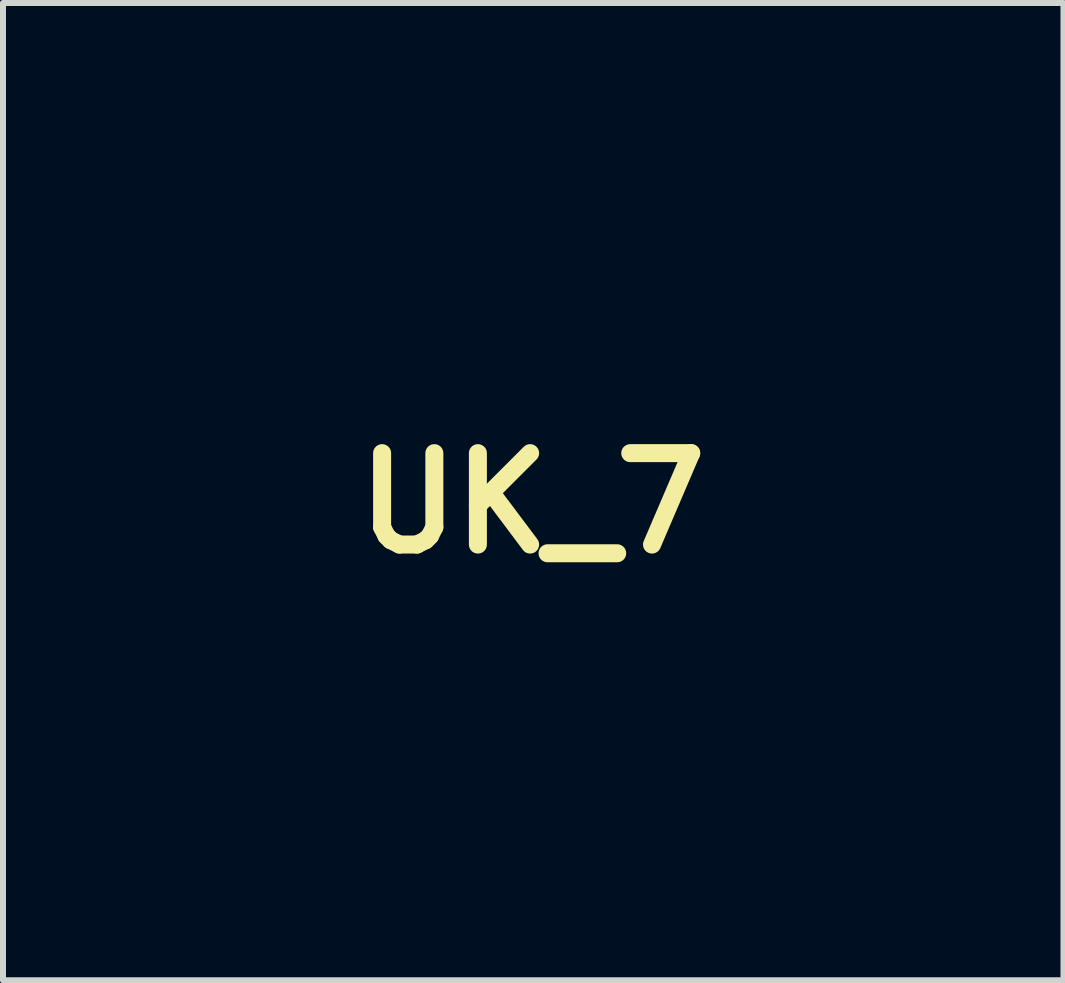
<source format=kicad_pcb>
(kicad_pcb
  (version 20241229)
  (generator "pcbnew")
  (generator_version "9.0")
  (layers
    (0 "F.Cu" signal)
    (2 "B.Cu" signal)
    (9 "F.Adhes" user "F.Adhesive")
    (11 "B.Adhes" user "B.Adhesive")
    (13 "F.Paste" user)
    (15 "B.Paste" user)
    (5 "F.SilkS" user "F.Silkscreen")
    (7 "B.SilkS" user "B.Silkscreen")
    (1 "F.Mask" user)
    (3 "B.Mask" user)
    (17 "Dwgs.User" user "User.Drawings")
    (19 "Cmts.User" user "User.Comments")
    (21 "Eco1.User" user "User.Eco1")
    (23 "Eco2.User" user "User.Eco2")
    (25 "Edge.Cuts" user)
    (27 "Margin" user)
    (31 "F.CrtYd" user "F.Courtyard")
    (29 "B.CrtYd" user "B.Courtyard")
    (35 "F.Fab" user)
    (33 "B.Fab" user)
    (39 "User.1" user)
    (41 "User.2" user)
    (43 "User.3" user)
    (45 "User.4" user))
  (footprint "UK_7"
    (layer "F.Cu")
    (at 5.824 5.339)
    (property "Reference" "UK_7" (at 0 0 0) (layer "F.SilkS") (effects (font (size 1.524 1.524) (thickness 0.3))))
    (attr through_hole)
    (fp_poly (pts (xy -4.267 3.073) (xy -4.293 3.099) (xy -4.318 3.073) (xy -4.293 3.048) (xy -4.267 3.073)) (stroke (width 0.01) (type solid)) (fill yes) (layer "F.Mask"))
    (fp_poly (pts (xy -3.962 3.378) (xy -3.988 3.404) (xy -4.013 3.378) (xy -3.988 3.353) (xy -3.962 3.378)) (stroke (width 0.01) (type solid)) (fill yes) (layer "F.Mask"))
    (fp_poly (pts (xy -3.912 2.87) (xy -3.937 2.896) (xy -3.962 2.87) (xy -3.937 2.845) (xy -3.912 2.87)) (stroke (width 0.01) (type solid)) (fill yes) (layer "F.Mask"))
    (fp_poly (pts (xy -3.912 3.277) (xy -3.937 3.302) (xy -3.962 3.277) (xy -3.937 3.251) (xy -3.912 3.277)) (stroke (width 0.01) (type solid)) (fill yes) (layer "F.Mask"))
    (fp_poly (pts (xy -3.912 3.581) (xy -3.937 3.607) (xy -3.962 3.581) (xy -3.937 3.556) (xy -3.912 3.581)) (stroke (width 0.01) (type solid)) (fill yes) (layer "F.Mask"))
    (fp_poly (pts (xy -3.861 3.023) (xy -3.886 3.048) (xy -3.912 3.023) (xy -3.886 2.997) (xy -3.861 3.023)) (stroke (width 0.01) (type solid)) (fill yes) (layer "F.Mask"))
    (fp_poly (pts (xy -3.861 3.429) (xy -3.886 3.454) (xy -3.912 3.429) (xy -3.886 3.404) (xy -3.861 3.429)) (stroke (width 0.01) (type solid)) (fill yes) (layer "F.Mask"))
    (fp_poly (pts (xy -3.607 3.175) (xy -3.632 3.2) (xy -3.658 3.175) (xy -3.632 3.15) (xy -3.607 3.175)) (stroke (width 0.01) (type solid)) (fill yes) (layer "F.Mask"))
    (fp_poly (pts (xy -3.454 3.327) (xy -3.48 3.353) (xy -3.505 3.327) (xy -3.48 3.302) (xy -3.454 3.327)) (stroke (width 0.01) (type solid)) (fill yes) (layer "F.Mask"))
    (fp_poly (pts (xy -3.404 3.226) (xy -3.429 3.251) (xy -3.454 3.226) (xy -3.429 3.2) (xy -3.404 3.226)) (stroke (width 0.01) (type solid)) (fill yes) (layer "F.Mask"))
    (fp_poly (pts (xy -3.404 3.429) (xy -3.429 3.454) (xy -3.454 3.429) (xy -3.429 3.404) (xy -3.404 3.429)) (stroke (width 0.01) (type solid)) (fill yes) (layer "F.Mask"))
    (fp_poly (pts (xy -2.997 2.87) (xy -3.023 2.896) (xy -3.048 2.87) (xy -3.023 2.845) (xy -2.997 2.87)) (stroke (width 0.01) (type solid)) (fill yes) (layer "F.Mask"))
    (fp_poly (pts (xy -2.845 3.226) (xy -2.87 3.251) (xy -2.896 3.226) (xy -2.87 3.2) (xy -2.845 3.226)) (stroke (width 0.01) (type solid)) (fill yes) (layer "F.Mask"))
    (fp_poly (pts (xy -2.743 3.073) (xy -2.769 3.099) (xy -2.794 3.073) (xy -2.769 3.048) (xy -2.743 3.073)) (stroke (width 0.01) (type solid)) (fill yes) (layer "F.Mask"))
    (fp_poly (pts (xy -2.591 3.531) (xy -2.616 3.556) (xy -2.642 3.531) (xy -2.616 3.505) (xy -2.591 3.531)) (stroke (width 0.01) (type solid)) (fill yes) (layer "F.Mask"))
    (fp_poly (pts (xy -2.489 3.073) (xy -2.515 3.099) (xy -2.54 3.073) (xy -2.515 3.048) (xy -2.489 3.073)) (stroke (width 0.01) (type solid)) (fill yes) (layer "F.Mask"))
    (fp_poly (pts (xy -2.337 3.378) (xy -2.362 3.404) (xy -2.388 3.378) (xy -2.362 3.353) (xy -2.337 3.378)) (stroke (width 0.01) (type solid)) (fill yes) (layer "F.Mask"))
    (fp_poly (pts (xy -2.337 3.531) (xy -2.362 3.556) (xy -2.388 3.531) (xy -2.362 3.505) (xy -2.337 3.531)) (stroke (width 0.01) (type solid)) (fill yes) (layer "F.Mask"))
    (fp_poly (pts (xy -2.134 0.737) (xy -2.159 0.762) (xy -2.184 0.737) (xy -2.159 0.711) (xy -2.134 0.737)) (stroke (width 0.01) (type solid)) (fill yes) (layer "F.Mask"))
    (fp_poly (pts (xy -2.134 1.854) (xy -2.159 1.88) (xy -2.184 1.854) (xy -2.159 1.829) (xy -2.134 1.854)) (stroke (width 0.01) (type solid)) (fill yes) (layer "F.Mask"))
    (fp_poly (pts (xy -2.134 2.87) (xy -2.159 2.896) (xy -2.184 2.87) (xy -2.159 2.845) (xy -2.134 2.87)) (stroke (width 0.01) (type solid)) (fill yes) (layer "F.Mask"))
    (fp_poly (pts (xy -2.083 1.956) (xy -2.108 1.981) (xy -2.134 1.956) (xy -2.108 1.93) (xy -2.083 1.956)) (stroke (width 0.01) (type solid)) (fill yes) (layer "F.Mask"))
    (fp_poly (pts (xy -2.032 0.737) (xy -2.057 0.762) (xy -2.083 0.737) (xy -2.057 0.711) (xy -2.032 0.737)) (stroke (width 0.01) (type solid)) (fill yes) (layer "F.Mask"))
    (fp_poly (pts (xy -1.981 0.432) (xy -2.007 0.457) (xy -2.032 0.432) (xy -2.007 0.406) (xy -1.981 0.432)) (stroke (width 0.01) (type solid)) (fill yes) (layer "F.Mask"))
    (fp_poly (pts (xy -1.93 0.889) (xy -1.956 0.914) (xy -1.981 0.889) (xy -1.956 0.864) (xy -1.93 0.889)) (stroke (width 0.01) (type solid)) (fill yes) (layer "F.Mask"))
    (fp_poly (pts (xy -1.93 0.991) (xy -1.956 1.016) (xy -1.981 0.991) (xy -1.956 0.965) (xy -1.93 0.991)) (stroke (width 0.01) (type solid)) (fill yes) (layer "F.Mask"))
    (fp_poly (pts (xy -1.88 0.737) (xy -1.905 0.762) (xy -1.93 0.737) (xy -1.905 0.711) (xy -1.88 0.737)) (stroke (width 0.01) (type solid)) (fill yes) (layer "F.Mask"))
    (fp_poly (pts (xy -1.829 1.295) (xy -1.854 1.321) (xy -1.88 1.295) (xy -1.854 1.27) (xy -1.829 1.295)) (stroke (width 0.01) (type solid)) (fill yes) (layer "F.Mask"))
    (fp_poly (pts (xy -1.829 2.769) (xy -1.854 2.794) (xy -1.88 2.769) (xy -1.854 2.743) (xy -1.829 2.769)) (stroke (width 0.01) (type solid)) (fill yes) (layer "F.Mask"))
    (fp_poly (pts (xy -1.778 3.226) (xy -1.803 3.251) (xy -1.829 3.226) (xy -1.803 3.2) (xy -1.778 3.226)) (stroke (width 0.01) (type solid)) (fill yes) (layer "F.Mask"))
    (fp_poly (pts (xy -1.676 1.092) (xy -1.702 1.118) (xy -1.727 1.092) (xy -1.702 1.067) (xy -1.676 1.092)) (stroke (width 0.01) (type solid)) (fill yes) (layer "F.Mask"))
    (fp_poly (pts (xy -1.626 0.025) (xy -1.651 0.051) (xy -1.676 0.025) (xy -1.651 0) (xy -1.626 0.025)) (stroke (width 0.01) (type solid)) (fill yes) (layer "F.Mask"))
    (fp_poly (pts (xy -1.626 0.178) (xy -1.651 0.203) (xy -1.676 0.178) (xy -1.651 0.152) (xy -1.626 0.178)) (stroke (width 0.01) (type solid)) (fill yes) (layer "F.Mask"))
    (fp_poly (pts (xy -1.524 -0.127) (xy -1.549 -0.102) (xy -1.575 -0.127) (xy -1.549 -0.152) (xy -1.524 -0.127)) (stroke (width 0.01) (type solid)) (fill yes) (layer "F.Mask"))
    (fp_poly (pts (xy -1.524 0.838) (xy -1.549 0.864) (xy -1.575 0.838) (xy -1.549 0.813) (xy -1.524 0.838)) (stroke (width 0.01) (type solid)) (fill yes) (layer "F.Mask"))
    (fp_poly (pts (xy -1.524 2.921) (xy -1.549 2.946) (xy -1.575 2.921) (xy -1.549 2.896) (xy -1.524 2.921)) (stroke (width 0.01) (type solid)) (fill yes) (layer "F.Mask"))
    (fp_poly (pts (xy -1.524 3.023) (xy -1.549 3.048) (xy -1.575 3.023) (xy -1.549 2.997) (xy -1.524 3.023)) (stroke (width 0.01) (type solid)) (fill yes) (layer "F.Mask"))
    (fp_poly (pts (xy -1.473 -0.483) (xy -1.499 -0.457) (xy -1.524 -0.483) (xy -1.499 -0.508) (xy -1.473 -0.483)) (stroke (width 0.01) (type solid)) (fill yes) (layer "F.Mask"))
    (fp_poly (pts (xy -1.473 0.076) (xy -1.499 0.102) (xy -1.524 0.076) (xy -1.499 0.051) (xy -1.473 0.076)) (stroke (width 0.01) (type solid)) (fill yes) (layer "F.Mask"))
    (fp_poly (pts (xy -1.473 0.432) (xy -1.499 0.457) (xy -1.524 0.432) (xy -1.499 0.406) (xy -1.473 0.432)) (stroke (width 0.01) (type solid)) (fill yes) (layer "F.Mask"))
    (fp_poly (pts (xy -1.473 1.549) (xy -1.499 1.575) (xy -1.524 1.549) (xy -1.499 1.524) (xy -1.473 1.549)) (stroke (width 0.01) (type solid)) (fill yes) (layer "F.Mask"))
    (fp_poly (pts (xy -1.372 -0.229) (xy -1.397 -0.203) (xy -1.422 -0.229) (xy -1.397 -0.254) (xy -1.372 -0.229)) (stroke (width 0.01) (type solid)) (fill yes) (layer "F.Mask"))
    (fp_poly (pts (xy -1.372 1.448) (xy -1.397 1.473) (xy -1.422 1.448) (xy -1.397 1.422) (xy -1.372 1.448)) (stroke (width 0.01) (type solid)) (fill yes) (layer "F.Mask"))
    (fp_poly (pts (xy -1.372 1.549) (xy -1.397 1.575) (xy -1.422 1.549) (xy -1.397 1.524) (xy -1.372 1.549)) (stroke (width 0.01) (type solid)) (fill yes) (layer "F.Mask"))
    (fp_poly (pts (xy -1.372 2.769) (xy -1.397 2.794) (xy -1.422 2.769) (xy -1.397 2.743) (xy -1.372 2.769)) (stroke (width 0.01) (type solid)) (fill yes) (layer "F.Mask"))
    (fp_poly (pts (xy -1.372 2.921) (xy -1.397 2.946) (xy -1.422 2.921) (xy -1.397 2.896) (xy -1.372 2.921)) (stroke (width 0.01) (type solid)) (fill yes) (layer "F.Mask"))
    (fp_poly (pts (xy -1.321 0.381) (xy -1.346 0.406) (xy -1.372 0.381) (xy -1.346 0.356) (xy -1.321 0.381)) (stroke (width 0.01) (type solid)) (fill yes) (layer "F.Mask"))
    (fp_poly (pts (xy -1.321 1.346) (xy -1.346 1.372) (xy -1.372 1.346) (xy -1.346 1.321) (xy -1.321 1.346)) (stroke (width 0.01) (type solid)) (fill yes) (layer "F.Mask"))
    (fp_poly (pts (xy -1.27 -0.483) (xy -1.295 -0.457) (xy -1.321 -0.483) (xy -1.295 -0.508) (xy -1.27 -0.483)) (stroke (width 0.01) (type solid)) (fill yes) (layer "F.Mask"))
    (fp_poly (pts (xy -1.27 1.194) (xy -1.295 1.219) (xy -1.321 1.194) (xy -1.295 1.168) (xy -1.27 1.194)) (stroke (width 0.01) (type solid)) (fill yes) (layer "F.Mask"))
    (fp_poly (pts (xy -1.27 2.87) (xy -1.295 2.896) (xy -1.321 2.87) (xy -1.295 2.845) (xy -1.27 2.87)) (stroke (width 0.01) (type solid)) (fill yes) (layer "F.Mask"))
    (fp_poly (pts (xy -1.27 3.277) (xy -1.295 3.302) (xy -1.321 3.277) (xy -1.295 3.251) (xy -1.27 3.277)) (stroke (width 0.01) (type solid)) (fill yes) (layer "F.Mask"))
    (fp_poly (pts (xy -1.219 0.686) (xy -1.245 0.711) (xy -1.27 0.686) (xy -1.245 0.66) (xy -1.219 0.686)) (stroke (width 0.01) (type solid)) (fill yes) (layer "F.Mask"))
    (fp_poly (pts (xy -1.219 3.175) (xy -1.245 3.2) (xy -1.27 3.175) (xy -1.245 3.15) (xy -1.219 3.175)) (stroke (width 0.01) (type solid)) (fill yes) (layer "F.Mask"))
    (fp_poly (pts (xy -1.219 3.378) (xy -1.245 3.404) (xy -1.27 3.378) (xy -1.245 3.353) (xy -1.219 3.378)) (stroke (width 0.01) (type solid)) (fill yes) (layer "F.Mask"))
    (fp_poly (pts (xy -1.168 1.041) (xy -1.194 1.067) (xy -1.219 1.041) (xy -1.194 1.016) (xy -1.168 1.041)) (stroke (width 0.01) (type solid)) (fill yes) (layer "F.Mask"))
    (fp_poly (pts (xy -1.168 1.295) (xy -1.194 1.321) (xy -1.219 1.295) (xy -1.194 1.27) (xy -1.168 1.295)) (stroke (width 0.01) (type solid)) (fill yes) (layer "F.Mask"))
    (fp_poly (pts (xy -1.168 3.581) (xy -1.194 3.607) (xy -1.219 3.581) (xy -1.194 3.556) (xy -1.168 3.581)) (stroke (width 0.01) (type solid)) (fill yes) (layer "F.Mask"))
    (fp_poly (pts (xy -1.067 1.092) (xy -1.092 1.118) (xy -1.118 1.092) (xy -1.092 1.067) (xy -1.067 1.092)) (stroke (width 0.01) (type solid)) (fill yes) (layer "F.Mask"))
    (fp_poly (pts (xy -1.016 -0.787) (xy -1.041 -0.762) (xy -1.067 -0.787) (xy -1.041 -0.813) (xy -1.016 -0.787)) (stroke (width 0.01) (type solid)) (fill yes) (layer "F.Mask"))
    (fp_poly (pts (xy -1.016 3.073) (xy -1.041 3.099) (xy -1.067 3.073) (xy -1.041 3.048) (xy -1.016 3.073)) (stroke (width 0.01) (type solid)) (fill yes) (layer "F.Mask"))
    (fp_poly (pts (xy -0.914 2.261) (xy -0.94 2.286) (xy -0.965 2.261) (xy -0.94 2.235) (xy -0.914 2.261)) (stroke (width 0.01) (type solid)) (fill yes) (layer "F.Mask"))
    (fp_poly (pts (xy -0.864 2.007) (xy -0.889 2.032) (xy -0.914 2.007) (xy -0.889 1.981) (xy -0.864 2.007)) (stroke (width 0.01) (type solid)) (fill yes) (layer "F.Mask"))
    (fp_poly (pts (xy -0.813 -1.397) (xy -0.838 -1.372) (xy -0.864 -1.397) (xy -0.838 -1.422) (xy -0.813 -1.397)) (stroke (width 0.01) (type solid)) (fill yes) (layer "F.Mask"))
    (fp_poly (pts (xy -0.762 -1.702) (xy -0.787 -1.676) (xy -0.813 -1.702) (xy -0.787 -1.727) (xy -0.762 -1.702)) (stroke (width 0.01) (type solid)) (fill yes) (layer "F.Mask"))
    (fp_poly (pts (xy -0.711 1.956) (xy -0.737 1.981) (xy -0.762 1.956) (xy -0.737 1.93) (xy -0.711 1.956)) (stroke (width 0.01) (type solid)) (fill yes) (layer "F.Mask"))
    (fp_poly (pts (xy -0.61 3.429) (xy -0.635 3.454) (xy -0.66 3.429) (xy -0.635 3.404) (xy -0.61 3.429)) (stroke (width 0.01) (type solid)) (fill yes) (layer "F.Mask"))
    (fp_poly (pts (xy -0.559 -1.549) (xy -0.584 -1.524) (xy -0.61 -1.549) (xy -0.584 -1.575) (xy -0.559 -1.549)) (stroke (width 0.01) (type solid)) (fill yes) (layer "F.Mask"))
    (fp_poly (pts (xy -0.559 -0.686) (xy -0.584 -0.66) (xy -0.61 -0.686) (xy -0.584 -0.711) (xy -0.559 -0.686)) (stroke (width 0.01) (type solid)) (fill yes) (layer "F.Mask"))
    (fp_poly (pts (xy -0.508 -1.448) (xy -0.533 -1.422) (xy -0.559 -1.448) (xy -0.533 -1.473) (xy -0.508 -1.448)) (stroke (width 0.01) (type solid)) (fill yes) (layer "F.Mask"))
    (fp_poly (pts (xy -0.508 3.023) (xy -0.533 3.048) (xy -0.559 3.023) (xy -0.533 2.997) (xy -0.508 3.023)) (stroke (width 0.01) (type solid)) (fill yes) (layer "F.Mask"))
    (fp_poly (pts (xy -0.457 0.483) (xy -0.483 0.508) (xy -0.508 0.483) (xy -0.483 0.457) (xy -0.457 0.483)) (stroke (width 0.01) (type solid)) (fill yes) (layer "F.Mask"))
    (fp_poly (pts (xy -0.457 2.261) (xy -0.483 2.286) (xy -0.508 2.261) (xy -0.483 2.235) (xy -0.457 2.261)) (stroke (width 0.01) (type solid)) (fill yes) (layer "F.Mask"))
    (fp_poly (pts (xy -0.406 3.023) (xy -0.432 3.048) (xy -0.457 3.023) (xy -0.432 2.997) (xy -0.406 3.023)) (stroke (width 0.01) (type solid)) (fill yes) (layer "F.Mask"))
    (fp_poly (pts (xy -0.305 0.025) (xy -0.33 0.051) (xy -0.356 0.025) (xy -0.33 0) (xy -0.305 0.025)) (stroke (width 0.01) (type solid)) (fill yes) (layer "F.Mask"))
    (fp_poly (pts (xy -0.254 -2.464) (xy -0.279 -2.438) (xy -0.305 -2.464) (xy -0.279 -2.489) (xy -0.254 -2.464)) (stroke (width 0.01) (type solid)) (fill yes) (layer "F.Mask"))
    (fp_poly (pts (xy -0.254 2.921) (xy -0.279 2.946) (xy -0.305 2.921) (xy -0.279 2.896) (xy -0.254 2.921)) (stroke (width 0.01) (type solid)) (fill yes) (layer "F.Mask"))
    (fp_poly (pts (xy -0.203 0.076) (xy -0.229 0.102) (xy -0.254 0.076) (xy -0.229 0.051) (xy -0.203 0.076)) (stroke (width 0.01) (type solid)) (fill yes) (layer "F.Mask"))
    (fp_poly (pts (xy -0.152 2.769) (xy -0.178 2.794) (xy -0.203 2.769) (xy -0.178 2.743) (xy -0.152 2.769)) (stroke (width 0.01) (type solid)) (fill yes) (layer "F.Mask"))
    (fp_poly (pts (xy -0.152 3.226) (xy -0.178 3.251) (xy -0.203 3.226) (xy -0.178 3.2) (xy -0.152 3.226)) (stroke (width 0.01) (type solid)) (fill yes) (layer "F.Mask"))
    (fp_poly (pts (xy -0.152 3.48) (xy -0.178 3.505) (xy -0.203 3.48) (xy -0.178 3.454) (xy -0.152 3.48)) (stroke (width 0.01) (type solid)) (fill yes) (layer "F.Mask"))
    (fp_poly (pts (xy -0.051 -2.464) (xy -0.076 -2.438) (xy -0.102 -2.464) (xy -0.076 -2.489) (xy -0.051 -2.464)) (stroke (width 0.01) (type solid)) (fill yes) (layer "F.Mask"))
    (fp_poly (pts (xy -0.051 2.819) (xy -0.076 2.845) (xy -0.102 2.819) (xy -0.076 2.794) (xy -0.051 2.819)) (stroke (width 0.01) (type solid)) (fill yes) (layer "F.Mask"))
    (fp_poly (pts (xy 0 -2.616) (xy -0.025 -2.591) (xy -0.051 -2.616) (xy -0.025 -2.642) (xy 0 -2.616)) (stroke (width 0.01) (type solid)) (fill yes) (layer "F.Mask"))
    (fp_poly (pts (xy 0.051 -0.279) (xy 0.025 -0.254) (xy 0 -0.279) (xy 0.025 -0.305) (xy 0.051 -0.279)) (stroke (width 0.01) (type solid)) (fill yes) (layer "F.Mask"))
    (fp_poly (pts (xy 0.203 3.277) (xy 0.178 3.302) (xy 0.152 3.277) (xy 0.178 3.251) (xy 0.203 3.277)) (stroke (width 0.01) (type solid)) (fill yes) (layer "F.Mask"))
    (fp_poly (pts (xy 0.254 -3.429) (xy 0.229 -3.404) (xy 0.203 -3.429) (xy 0.229 -3.454) (xy 0.254 -3.429)) (stroke (width 0.01) (type solid)) (fill yes) (layer "F.Mask"))
    (fp_poly (pts (xy 0.254 -0.025) (xy 0.229 0) (xy 0.203 -0.025) (xy 0.229 -0.051) (xy 0.254 -0.025)) (stroke (width 0.01) (type solid)) (fill yes) (layer "F.Mask"))
    (fp_poly (pts (xy 0.254 0.381) (xy 0.229 0.406) (xy 0.203 0.381) (xy 0.229 0.356) (xy 0.254 0.381)) (stroke (width 0.01) (type solid)) (fill yes) (layer "F.Mask"))
    (fp_poly (pts (xy 0.254 3.48) (xy 0.229 3.505) (xy 0.203 3.48) (xy 0.229 3.454) (xy 0.254 3.48)) (stroke (width 0.01) (type solid)) (fill yes) (layer "F.Mask"))
    (fp_poly (pts (xy 0.305 -2.21) (xy 0.279 -2.184) (xy 0.254 -2.21) (xy 0.279 -2.235) (xy 0.305 -2.21)) (stroke (width 0.01) (type solid)) (fill yes) (layer "F.Mask"))
    (fp_poly (pts (xy 0.356 -3.175) (xy 0.33 -3.15) (xy 0.305 -3.175) (xy 0.33 -3.2) (xy 0.356 -3.175)) (stroke (width 0.01) (type solid)) (fill yes) (layer "F.Mask"))
    (fp_poly (pts (xy 0.356 -0.025) (xy 0.33 0) (xy 0.305 -0.025) (xy 0.33 -0.051) (xy 0.356 -0.025)) (stroke (width 0.01) (type solid)) (fill yes) (layer "F.Mask"))
    (fp_poly (pts (xy 0.356 0.178) (xy 0.33 0.203) (xy 0.305 0.178) (xy 0.33 0.152) (xy 0.356 0.178)) (stroke (width 0.01) (type solid)) (fill yes) (layer "F.Mask"))
    (fp_poly (pts (xy 0.356 2.87) (xy 0.33 2.896) (xy 0.305 2.87) (xy 0.33 2.845) (xy 0.356 2.87)) (stroke (width 0.01) (type solid)) (fill yes) (layer "F.Mask"))
    (fp_poly (pts (xy 0.406 -3.327) (xy 0.381 -3.302) (xy 0.356 -3.327) (xy 0.381 -3.353) (xy 0.406 -3.327)) (stroke (width 0.01) (type solid)) (fill yes) (layer "F.Mask"))
    (fp_poly (pts (xy 0.457 0.025) (xy 0.432 0.051) (xy 0.406 0.025) (xy 0.432 0) (xy 0.457 0.025)) (stroke (width 0.01) (type solid)) (fill yes) (layer "F.Mask"))
    (fp_poly (pts (xy 0.508 -0.178) (xy 0.483 -0.152) (xy 0.457 -0.178) (xy 0.483 -0.203) (xy 0.508 -0.178)) (stroke (width 0.01) (type solid)) (fill yes) (layer "F.Mask"))
    (fp_poly (pts (xy 0.508 2.413) (xy 0.483 2.438) (xy 0.457 2.413) (xy 0.483 2.388) (xy 0.508 2.413)) (stroke (width 0.01) (type solid)) (fill yes) (layer "F.Mask"))
    (fp_poly (pts (xy 0.508 2.87) (xy 0.483 2.896) (xy 0.457 2.87) (xy 0.483 2.845) (xy 0.508 2.87)) (stroke (width 0.01) (type solid)) (fill yes) (layer "F.Mask"))
    (fp_poly (pts (xy 0.61 -0.178) (xy 0.584 -0.152) (xy 0.559 -0.178) (xy 0.584 -0.203) (xy 0.61 -0.178)) (stroke (width 0.01) (type solid)) (fill yes) (layer "F.Mask"))
    (fp_poly (pts (xy 0.61 2.921) (xy 0.584 2.946) (xy 0.559 2.921) (xy 0.584 2.896) (xy 0.61 2.921)) (stroke (width 0.01) (type solid)) (fill yes) (layer "F.Mask"))
    (fp_poly (pts (xy 0.711 2.87) (xy 0.686 2.896) (xy 0.66 2.87) (xy 0.686 2.845) (xy 0.711 2.87)) (stroke (width 0.01) (type solid)) (fill yes) (layer "F.Mask"))
    (fp_poly (pts (xy 0.711 2.972) (xy 0.686 2.997) (xy 0.66 2.972) (xy 0.686 2.946) (xy 0.711 2.972)) (stroke (width 0.01) (type solid)) (fill yes) (layer "F.Mask"))
    (fp_poly (pts (xy 0.813 2.159) (xy 0.787 2.184) (xy 0.762 2.159) (xy 0.787 2.134) (xy 0.813 2.159)) (stroke (width 0.01) (type solid)) (fill yes) (layer "F.Mask"))
    (fp_poly (pts (xy 0.813 2.362) (xy 0.787 2.388) (xy 0.762 2.362) (xy 0.787 2.337) (xy 0.813 2.362)) (stroke (width 0.01) (type solid)) (fill yes) (layer "F.Mask"))
    (fp_poly (pts (xy 0.864 0.279) (xy 0.838 0.305) (xy 0.813 0.279) (xy 0.838 0.254) (xy 0.864 0.279)) (stroke (width 0.01) (type solid)) (fill yes) (layer "F.Mask"))
    (fp_poly (pts (xy 0.914 -0.991) (xy 0.889 -0.965) (xy 0.864 -0.991) (xy 0.889 -1.016) (xy 0.914 -0.991)) (stroke (width 0.01) (type solid)) (fill yes) (layer "F.Mask"))
    (fp_poly (pts (xy 0.914 2.159) (xy 0.889 2.184) (xy 0.864 2.159) (xy 0.889 2.134) (xy 0.914 2.159)) (stroke (width 0.01) (type solid)) (fill yes) (layer "F.Mask"))
    (fp_poly (pts (xy 0.965 -0.229) (xy 0.94 -0.203) (xy 0.914 -0.229) (xy 0.94 -0.254) (xy 0.965 -0.229)) (stroke (width 0.01) (type solid)) (fill yes) (layer "F.Mask"))
    (fp_poly (pts (xy 0.965 -0.127) (xy 0.94 -0.102) (xy 0.914 -0.127) (xy 0.94 -0.152) (xy 0.965 -0.127)) (stroke (width 0.01) (type solid)) (fill yes) (layer "F.Mask"))
    (fp_poly (pts (xy 1.016 0.076) (xy 0.991 0.102) (xy 0.965 0.076) (xy 0.991 0.051) (xy 1.016 0.076)) (stroke (width 0.01) (type solid)) (fill yes) (layer "F.Mask"))
    (fp_poly (pts (xy 1.016 0.178) (xy 0.991 0.203) (xy 0.965 0.178) (xy 0.991 0.152) (xy 1.016 0.178)) (stroke (width 0.01) (type solid)) (fill yes) (layer "F.Mask"))
    (fp_poly (pts (xy 1.016 0.279) (xy 0.991 0.305) (xy 0.965 0.279) (xy 0.991 0.254) (xy 1.016 0.279)) (stroke (width 0.01) (type solid)) (fill yes) (layer "F.Mask"))
    (fp_poly (pts (xy 1.016 1.803) (xy 0.991 1.829) (xy 0.965 1.803) (xy 0.991 1.778) (xy 1.016 1.803)) (stroke (width 0.01) (type solid)) (fill yes) (layer "F.Mask"))
    (fp_poly (pts (xy 1.067 1.448) (xy 1.041 1.473) (xy 1.016 1.448) (xy 1.041 1.422) (xy 1.067 1.448)) (stroke (width 0.01) (type solid)) (fill yes) (layer "F.Mask"))
    (fp_poly (pts (xy 1.118 -1.092) (xy 1.092 -1.067) (xy 1.067 -1.092) (xy 1.092 -1.118) (xy 1.118 -1.092)) (stroke (width 0.01) (type solid)) (fill yes) (layer "F.Mask"))
    (fp_poly (pts (xy 1.118 -0.229) (xy 1.092 -0.203) (xy 1.067 -0.229) (xy 1.092 -0.254) (xy 1.118 -0.229)) (stroke (width 0.01) (type solid)) (fill yes) (layer "F.Mask"))
    (fp_poly (pts (xy 1.118 2.565) (xy 1.092 2.591) (xy 1.067 2.565) (xy 1.092 2.54) (xy 1.118 2.565)) (stroke (width 0.01) (type solid)) (fill yes) (layer "F.Mask"))
    (fp_poly (pts (xy 1.168 1.499) (xy 1.143 1.524) (xy 1.118 1.499) (xy 1.143 1.473) (xy 1.168 1.499)) (stroke (width 0.01) (type solid)) (fill yes) (layer "F.Mask"))
    (fp_poly (pts (xy 1.219 2.311) (xy 1.194 2.337) (xy 1.168 2.311) (xy 1.194 2.286) (xy 1.219 2.311)) (stroke (width 0.01) (type solid)) (fill yes) (layer "F.Mask"))
    (fp_poly (pts (xy 1.372 0.381) (xy 1.346 0.406) (xy 1.321 0.381) (xy 1.346 0.356) (xy 1.372 0.381)) (stroke (width 0.01) (type solid)) (fill yes) (layer "F.Mask"))
    (fp_poly (pts (xy 1.524 -1.295) (xy 1.499 -1.27) (xy 1.473 -1.295) (xy 1.499 -1.321) (xy 1.524 -1.295)) (stroke (width 0.01) (type solid)) (fill yes) (layer "F.Mask"))
    (fp_poly (pts (xy 1.575 0.381) (xy 1.549 0.406) (xy 1.524 0.381) (xy 1.549 0.356) (xy 1.575 0.381)) (stroke (width 0.01) (type solid)) (fill yes) (layer "F.Mask"))
    (fp_poly (pts (xy 1.575 3.429) (xy 1.549 3.454) (xy 1.524 3.429) (xy 1.549 3.404) (xy 1.575 3.429)) (stroke (width 0.01) (type solid)) (fill yes) (layer "F.Mask"))
    (fp_poly (pts (xy 1.626 -0.178) (xy 1.6 -0.152) (xy 1.575 -0.178) (xy 1.6 -0.203) (xy 1.626 -0.178)) (stroke (width 0.01) (type solid)) (fill yes) (layer "F.Mask"))
    (fp_poly (pts (xy 1.626 0.889) (xy 1.6 0.914) (xy 1.575 0.889) (xy 1.6 0.864) (xy 1.626 0.889)) (stroke (width 0.01) (type solid)) (fill yes) (layer "F.Mask"))
    (fp_poly (pts (xy 1.626 3.531) (xy 1.6 3.556) (xy 1.575 3.531) (xy 1.6 3.505) (xy 1.626 3.531)) (stroke (width 0.01) (type solid)) (fill yes) (layer "F.Mask"))
    (fp_poly (pts (xy 1.626 3.632) (xy 1.6 3.658) (xy 1.575 3.632) (xy 1.6 3.607) (xy 1.626 3.632)) (stroke (width 0.01) (type solid)) (fill yes) (layer "F.Mask"))
    (fp_poly (pts (xy 1.676 -0.076) (xy 1.651 -0.051) (xy 1.626 -0.076) (xy 1.651 -0.102) (xy 1.676 -0.076)) (stroke (width 0.01) (type solid)) (fill yes) (layer "F.Mask"))
    (fp_poly (pts (xy 1.676 0.432) (xy 1.651 0.457) (xy 1.626 0.432) (xy 1.651 0.406) (xy 1.676 0.432)) (stroke (width 0.01) (type solid)) (fill yes) (layer "F.Mask"))
    (fp_poly (pts (xy 1.727 3.683) (xy 1.702 3.708) (xy 1.676 3.683) (xy 1.702 3.658) (xy 1.727 3.683)) (stroke (width 0.01) (type solid)) (fill yes) (layer "F.Mask"))
    (fp_poly (pts (xy 1.778 0.94) (xy 1.753 0.965) (xy 1.727 0.94) (xy 1.753 0.914) (xy 1.778 0.94)) (stroke (width 0.01) (type solid)) (fill yes) (layer "F.Mask"))
    (fp_poly (pts (xy 1.88 0.33) (xy 1.854 0.356) (xy 1.829 0.33) (xy 1.854 0.305) (xy 1.88 0.33)) (stroke (width 0.01) (type solid)) (fill yes) (layer "F.Mask"))
    (fp_poly (pts (xy 1.93 0.635) (xy 1.905 0.66) (xy 1.88 0.635) (xy 1.905 0.61) (xy 1.93 0.635)) (stroke (width 0.01) (type solid)) (fill yes) (layer "F.Mask"))
    (fp_poly (pts (xy 1.981 1.041) (xy 1.956 1.067) (xy 1.93 1.041) (xy 1.956 1.016) (xy 1.981 1.041)) (stroke (width 0.01) (type solid)) (fill yes) (layer "F.Mask"))
    (fp_poly (pts (xy 1.981 1.854) (xy 1.956 1.88) (xy 1.93 1.854) (xy 1.956 1.829) (xy 1.981 1.854)) (stroke (width 0.01) (type solid)) (fill yes) (layer "F.Mask"))
    (fp_poly (pts (xy 2.083 1.854) (xy 2.057 1.88) (xy 2.032 1.854) (xy 2.057 1.829) (xy 2.083 1.854)) (stroke (width 0.01) (type solid)) (fill yes) (layer "F.Mask"))
    (fp_poly (pts (xy 2.134 1.194) (xy 2.108 1.219) (xy 2.083 1.194) (xy 2.108 1.168) (xy 2.134 1.194)) (stroke (width 0.01) (type solid)) (fill yes) (layer "F.Mask"))
    (fp_poly (pts (xy 2.134 1.448) (xy 2.108 1.473) (xy 2.083 1.448) (xy 2.108 1.422) (xy 2.134 1.448)) (stroke (width 0.01) (type solid)) (fill yes) (layer "F.Mask"))
    (fp_poly (pts (xy 2.184 1.295) (xy 2.159 1.321) (xy 2.134 1.295) (xy 2.159 1.27) (xy 2.184 1.295)) (stroke (width 0.01) (type solid)) (fill yes) (layer "F.Mask"))
    (fp_poly (pts (xy 2.54 1.194) (xy 2.515 1.219) (xy 2.489 1.194) (xy 2.515 1.168) (xy 2.54 1.194)) (stroke (width 0.01) (type solid)) (fill yes) (layer "F.Mask"))
    (fp_poly (pts (xy 2.54 2.718) (xy 2.515 2.743) (xy 2.489 2.718) (xy 2.515 2.692) (xy 2.54 2.718)) (stroke (width 0.01) (type solid)) (fill yes) (layer "F.Mask"))
    (fp_poly (pts (xy 2.743 3.073) (xy 2.718 3.099) (xy 2.692 3.073) (xy 2.718 3.048) (xy 2.743 3.073)) (stroke (width 0.01) (type solid)) (fill yes) (layer "F.Mask"))
    (fp_poly (pts (xy 2.743 3.175) (xy 2.718 3.2) (xy 2.692 3.175) (xy 2.718 3.15) (xy 2.743 3.175)) (stroke (width 0.01) (type solid)) (fill yes) (layer "F.Mask"))
    (fp_poly (pts (xy 2.845 3.175) (xy 2.819 3.2) (xy 2.794 3.175) (xy 2.819 3.15) (xy 2.845 3.175)) (stroke (width 0.01) (type solid)) (fill yes) (layer "F.Mask"))
    (fp_poly (pts (xy 2.946 3.327) (xy 2.921 3.353) (xy 2.896 3.327) (xy 2.921 3.302) (xy 2.946 3.327)) (stroke (width 0.01) (type solid)) (fill yes) (layer "F.Mask"))
    (fp_poly (pts (xy 2.997 2.87) (xy 2.972 2.896) (xy 2.946 2.87) (xy 2.972 2.845) (xy 2.997 2.87)) (stroke (width 0.01) (type solid)) (fill yes) (layer "F.Mask"))
    (fp_poly (pts (xy 3.048 2.718) (xy 3.023 2.743) (xy 2.997 2.718) (xy 3.023 2.692) (xy 3.048 2.718)) (stroke (width 0.01) (type solid)) (fill yes) (layer "F.Mask"))
    (fp_poly (pts (xy 3.15 3.023) (xy 3.124 3.048) (xy 3.099 3.023) (xy 3.124 2.997) (xy 3.15 3.023)) (stroke (width 0.01) (type solid)) (fill yes) (layer "F.Mask"))
    (fp_poly (pts (xy 3.2 2.87) (xy 3.175 2.896) (xy 3.15 2.87) (xy 3.175 2.845) (xy 3.2 2.87)) (stroke (width 0.01) (type solid)) (fill yes) (layer "F.Mask"))
    (fp_poly (pts (xy 3.251 2.565) (xy 3.226 2.591) (xy 3.2 2.565) (xy 3.226 2.54) (xy 3.251 2.565)) (stroke (width 0.01) (type solid)) (fill yes) (layer "F.Mask"))
    (fp_poly (pts (xy 3.251 3.175) (xy 3.226 3.2) (xy 3.2 3.175) (xy 3.226 3.15) (xy 3.251 3.175)) (stroke (width 0.01) (type solid)) (fill yes) (layer "F.Mask"))
    (fp_poly (pts (xy 3.302 3.277) (xy 3.277 3.302) (xy 3.251 3.277) (xy 3.277 3.251) (xy 3.302 3.277)) (stroke (width 0.01) (type solid)) (fill yes) (layer "F.Mask"))
    (fp_poly (pts (xy 3.404 3.785) (xy 3.378 3.81) (xy 3.353 3.785) (xy 3.378 3.759) (xy 3.404 3.785)) (stroke (width 0.01) (type solid)) (fill yes) (layer "F.Mask"))
    (fp_poly (pts (xy 3.505 3.023) (xy 3.48 3.048) (xy 3.454 3.023) (xy 3.48 2.997) (xy 3.505 3.023)) (stroke (width 0.01) (type solid)) (fill yes) (layer "F.Mask"))
    (fp_poly (pts (xy 3.505 3.327) (xy 3.48 3.353) (xy 3.454 3.327) (xy 3.48 3.302) (xy 3.505 3.327)) (stroke (width 0.01) (type solid)) (fill yes) (layer "F.Mask"))
    (fp_poly (pts (xy 3.607 4.089) (xy 3.581 4.115) (xy 3.556 4.089) (xy 3.581 4.064) (xy 3.607 4.089)) (stroke (width 0.01) (type solid)) (fill yes) (layer "F.Mask"))
    (fp_poly (pts (xy -4.335 3.522) (xy -4.329 3.582) (xy -4.335 3.59) (xy -4.365 3.583) (xy -4.369 3.556) (xy -4.35 3.514) (xy -4.335 3.522)) (stroke (width 0.01) (type solid)) (fill yes) (layer "F.Mask"))
    (fp_poly (pts (xy -4.183 3.065) (xy -4.176 3.125) (xy -4.183 3.133) (xy -4.213 3.126) (xy -4.216 3.099) (xy -4.198 3.057) (xy -4.183 3.065)) (stroke (width 0.01) (type solid)) (fill yes) (layer "F.Mask"))
    (fp_poly (pts (xy -4.183 3.268) (xy -4.176 3.328) (xy -4.183 3.336) (xy -4.213 3.329) (xy -4.216 3.302) (xy -4.198 3.26) (xy -4.183 3.268)) (stroke (width 0.01) (type solid)) (fill yes) (layer "F.Mask"))
    (fp_poly (pts (xy -3.827 3.522) (xy -3.821 3.582) (xy -3.827 3.59) (xy -3.857 3.583) (xy -3.861 3.556) (xy -3.842 3.514) (xy -3.827 3.522)) (stroke (width 0.01) (type solid)) (fill yes) (layer "F.Mask"))
    (fp_poly (pts (xy -3.725 3.065) (xy -3.719 3.125) (xy -3.725 3.133) (xy -3.756 3.126) (xy -3.759 3.099) (xy -3.741 3.057) (xy -3.725 3.065)) (stroke (width 0.01) (type solid)) (fill yes) (layer "F.Mask"))
    (fp_poly (pts (xy -3.319 3.319) (xy -3.313 3.379) (xy -3.319 3.387) (xy -3.349 3.38) (xy -3.353 3.353) (xy -3.334 3.311) (xy -3.319 3.319)) (stroke (width 0.01) (type solid)) (fill yes) (layer "F.Mask"))
    (fp_poly (pts (xy -3.014 3.37) (xy -3.021 3.4) (xy -3.048 3.404) (xy -3.09 3.385) (xy -3.082 3.37) (xy -3.022 3.364) (xy -3.014 3.37)) (stroke (width 0.01) (type solid)) (fill yes) (layer "F.Mask"))
    (fp_poly (pts (xy -2.76 3.471) (xy -2.754 3.532) (xy -2.76 3.539) (xy -2.79 3.532) (xy -2.794 3.505) (xy -2.775 3.463) (xy -2.76 3.471)) (stroke (width 0.01) (type solid)) (fill yes) (layer "F.Mask"))
    (fp_poly (pts (xy -2.759 3.292) (xy -2.753 3.372) (xy -2.763 3.39) (xy -2.786 3.375) (xy -2.79 3.323) (xy -2.778 3.269) (xy -2.759 3.292)) (stroke (width 0.01) (type solid)) (fill yes) (layer "F.Mask"))
    (fp_poly (pts (xy -2.556 1.616) (xy -2.55 1.695) (xy -2.56 1.713) (xy -2.583 1.698) (xy -2.587 1.647) (xy -2.574 1.593) (xy -2.556 1.616)) (stroke (width 0.01) (type solid)) (fill yes) (layer "F.Mask"))
    (fp_poly (pts (xy -2.303 3.116) (xy -2.31 3.146) (xy -2.337 3.15) (xy -2.379 3.131) (xy -2.371 3.116) (xy -2.31 3.11) (xy -2.303 3.116)) (stroke (width 0.01) (type solid)) (fill yes) (layer "F.Mask"))
    (fp_poly (pts (xy -2.251 3.496) (xy -2.245 3.575) (xy -2.255 3.593) (xy -2.278 3.578) (xy -2.282 3.526) (xy -2.27 3.472) (xy -2.251 3.496)) (stroke (width 0.01) (type solid)) (fill yes) (layer "F.Mask"))
    (fp_poly (pts (xy -2.046 0.833) (xy -2.061 0.856) (xy -2.112 0.86) (xy -2.167 0.847) (xy -2.143 0.829) (xy -2.064 0.823) (xy -2.046 0.833)) (stroke (width 0.01) (type solid)) (fill yes) (layer "F.Mask"))
    (fp_poly (pts (xy -1.694 0.292) (xy -1.687 0.396) (xy -1.694 0.419) (xy -1.712 0.425) (xy -1.719 0.356) (xy -1.711 0.283) (xy -1.694 0.292)) (stroke (width 0.01) (type solid)) (fill yes) (layer "F.Mask"))
    (fp_poly (pts (xy -1.643 1.185) (xy -1.65 1.216) (xy -1.676 1.219) (xy -1.718 1.201) (xy -1.71 1.185) (xy -1.65 1.179) (xy -1.643 1.185)) (stroke (width 0.01) (type solid)) (fill yes) (layer "F.Mask"))
    (fp_poly (pts (xy -1.439 0.728) (xy -1.433 0.788) (xy -1.439 0.796) (xy -1.47 0.789) (xy -1.473 0.762) (xy -1.455 0.72) (xy -1.439 0.728)) (stroke (width 0.01) (type solid)) (fill yes) (layer "F.Mask"))
    (fp_poly (pts (xy -1.236 3.014) (xy -1.23 3.074) (xy -1.236 3.082) (xy -1.266 3.075) (xy -1.27 3.048) (xy -1.251 3.006) (xy -1.236 3.014)) (stroke (width 0.01) (type solid)) (fill yes) (layer "F.Mask"))
    (fp_poly (pts (xy -1.083 1.311) (xy -1.077 1.391) (xy -1.087 1.409) (xy -1.11 1.393) (xy -1.114 1.342) (xy -1.101 1.288) (xy -1.083 1.311)) (stroke (width 0.01) (type solid)) (fill yes) (layer "F.Mask"))
    (fp_poly (pts (xy -1.032 -1.026) (xy -1.026 -0.946) (xy -1.036 -0.928) (xy -1.059 -0.943) (xy -1.063 -0.995) (xy -1.05 -1.049) (xy -1.032 -1.026)) (stroke (width 0.01) (type solid)) (fill yes) (layer "F.Mask"))
    (fp_poly (pts (xy -0.779 -0.47) (xy -0.772 -0.366) (xy -0.779 -0.343) (xy -0.798 -0.337) (xy -0.805 -0.406) (xy -0.797 -0.479) (xy -0.779 -0.47)) (stroke (width 0.01) (type solid)) (fill yes) (layer "F.Mask"))
    (fp_poly (pts (xy -0.728 1.846) (xy -0.735 1.876) (xy -0.762 1.88) (xy -0.804 1.861) (xy -0.796 1.846) (xy -0.736 1.84) (xy -0.728 1.846)) (stroke (width 0.01) (type solid)) (fill yes) (layer "F.Mask"))
    (fp_poly (pts (xy -0.677 3.268) (xy -0.671 3.328) (xy -0.677 3.336) (xy -0.708 3.329) (xy -0.711 3.302) (xy -0.693 3.26) (xy -0.677 3.268)) (stroke (width 0.01) (type solid)) (fill yes) (layer "F.Mask"))
    (fp_poly (pts (xy -0.627 1.846) (xy -0.62 1.906) (xy -0.627 1.913) (xy -0.657 1.906) (xy -0.66 1.88) (xy -0.642 1.838) (xy -0.627 1.846)) (stroke (width 0.01) (type solid)) (fill yes) (layer "F.Mask"))
    (fp_poly (pts (xy -0.627 3.014) (xy -0.62 3.074) (xy -0.627 3.082) (xy -0.657 3.075) (xy -0.66 3.048) (xy -0.642 3.006) (xy -0.627 3.014)) (stroke (width 0.01) (type solid)) (fill yes) (layer "F.Mask"))
    (fp_poly (pts (xy -0.576 -2.015) (xy -0.583 -1.985) (xy -0.61 -1.981) (xy -0.651 -2) (xy -0.643 -2.015) (xy -0.583 -2.021) (xy -0.576 -2.015)) (stroke (width 0.01) (type solid)) (fill yes) (layer "F.Mask"))
    (fp_poly (pts (xy -0.474 2.049) (xy -0.468 2.109) (xy -0.474 2.117) (xy -0.504 2.11) (xy -0.508 2.083) (xy -0.489 2.041) (xy -0.474 2.049)) (stroke (width 0.01) (type solid)) (fill yes) (layer "F.Mask"))
    (fp_poly (pts (xy -0.423 -1.456) (xy -0.417 -1.396) (xy -0.423 -1.389) (xy -0.454 -1.396) (xy -0.457 -1.422) (xy -0.439 -1.464) (xy -0.423 -1.456)) (stroke (width 0.01) (type solid)) (fill yes) (layer "F.Mask"))
    (fp_poly (pts (xy -0.322 0.474) (xy -0.329 0.504) (xy -0.356 0.508) (xy -0.397 0.489) (xy -0.389 0.474) (xy -0.329 0.468) (xy -0.322 0.474)) (stroke (width 0.01) (type solid)) (fill yes) (layer "F.Mask"))
    (fp_poly (pts (xy -0.321 0.143) (xy -0.315 0.222) (xy -0.325 0.24) (xy -0.348 0.225) (xy -0.352 0.174) (xy -0.339 0.119) (xy -0.321 0.143)) (stroke (width 0.01) (type solid)) (fill yes) (layer "F.Mask"))
    (fp_poly (pts (xy -0.119 -2.828) (xy -0.112 -2.768) (xy -0.119 -2.76) (xy -0.149 -2.767) (xy -0.152 -2.794) (xy -0.134 -2.836) (xy -0.119 -2.828)) (stroke (width 0.01) (type solid)) (fill yes) (layer "F.Mask"))
    (fp_poly (pts (xy 0.135 3.065) (xy 0.142 3.125) (xy 0.135 3.133) (xy 0.105 3.126) (xy 0.102 3.099) (xy 0.12 3.057) (xy 0.135 3.065)) (stroke (width 0.01) (type solid)) (fill yes) (layer "F.Mask"))
    (fp_poly (pts (xy 0.237 -2.32) (xy 0.23 -2.29) (xy 0.203 -2.286) (xy 0.161 -2.305) (xy 0.169 -2.32) (xy 0.23 -2.326) (xy 0.237 -2.32)) (stroke (width 0.01) (type solid)) (fill yes) (layer "F.Mask"))
    (fp_poly (pts (xy 0.237 0.119) (xy 0.243 0.179) (xy 0.237 0.186) (xy 0.207 0.179) (xy 0.203 0.152) (xy 0.222 0.111) (xy 0.237 0.119)) (stroke (width 0.01) (type solid)) (fill yes) (layer "F.Mask"))
    (fp_poly (pts (xy 0.443 -2.367) (xy 0.428 -2.344) (xy 0.377 -2.341) (xy 0.323 -2.353) (xy 0.346 -2.372) (xy 0.425 -2.378) (xy 0.443 -2.367)) (stroke (width 0.01) (type solid)) (fill yes) (layer "F.Mask"))
    (fp_poly (pts (xy 0.491 -3.488) (xy 0.497 -3.428) (xy 0.491 -3.421) (xy 0.461 -3.428) (xy 0.457 -3.454) (xy 0.476 -3.496) (xy 0.491 -3.488)) (stroke (width 0.01) (type solid)) (fill yes) (layer "F.Mask"))
    (fp_poly (pts (xy 0.491 2.608) (xy 0.497 2.668) (xy 0.491 2.675) (xy 0.461 2.668) (xy 0.457 2.642) (xy 0.476 2.6) (xy 0.491 2.608)) (stroke (width 0.01) (type solid)) (fill yes) (layer "F.Mask"))
    (fp_poly (pts (xy 0.491 3.421) (xy 0.484 3.451) (xy 0.457 3.454) (xy 0.415 3.436) (xy 0.423 3.421) (xy 0.484 3.414) (xy 0.491 3.421)) (stroke (width 0.01) (type solid)) (fill yes) (layer "F.Mask"))
    (fp_poly (pts (xy 0.494 -2.571) (xy 0.479 -2.548) (xy 0.428 -2.544) (xy 0.373 -2.556) (xy 0.397 -2.575) (xy 0.476 -2.581) (xy 0.494 -2.571)) (stroke (width 0.01) (type solid)) (fill yes) (layer "F.Mask"))
    (fp_poly (pts (xy 0.542 2.506) (xy 0.535 2.536) (xy 0.508 2.54) (xy 0.466 2.521) (xy 0.474 2.506) (xy 0.534 2.5) (xy 0.542 2.506)) (stroke (width 0.01) (type solid)) (fill yes) (layer "F.Mask"))
    (fp_poly (pts (xy 0.643 1.998) (xy 0.65 2.058) (xy 0.643 2.066) (xy 0.613 2.059) (xy 0.61 2.032) (xy 0.628 1.99) (xy 0.643 1.998)) (stroke (width 0.01) (type solid)) (fill yes) (layer "F.Mask"))
    (fp_poly (pts (xy 0.745 3.065) (xy 0.751 3.125) (xy 0.745 3.133) (xy 0.715 3.126) (xy 0.711 3.099) (xy 0.73 3.057) (xy 0.745 3.065)) (stroke (width 0.01) (type solid)) (fill yes) (layer "F.Mask"))
    (fp_poly (pts (xy 0.796 -3.133) (xy 0.789 -3.102) (xy 0.762 -3.099) (xy 0.72 -3.117) (xy 0.728 -3.133) (xy 0.788 -3.139) (xy 0.796 -3.133)) (stroke (width 0.01) (type solid)) (fill yes) (layer "F.Mask"))
    (fp_poly (pts (xy 0.847 2.252) (xy 0.84 2.282) (xy 0.813 2.286) (xy 0.771 2.267) (xy 0.779 2.252) (xy 0.839 2.246) (xy 0.847 2.252)) (stroke (width 0.01) (type solid)) (fill yes) (layer "F.Mask"))
    (fp_poly (pts (xy 0.948 1.897) (xy 0.941 1.927) (xy 0.914 1.93) (xy 0.873 1.912) (xy 0.881 1.897) (xy 0.941 1.89) (xy 0.948 1.897)) (stroke (width 0.01) (type solid)) (fill yes) (layer "F.Mask"))
    (fp_poly (pts (xy 0.999 -0.034) (xy 0.992 -0.004) (xy 0.965 0) (xy 0.923 -0.019) (xy 0.931 -0.034) (xy 0.992 -0.04) (xy 0.999 -0.034)) (stroke (width 0.01) (type solid)) (fill yes) (layer "F.Mask"))
    (fp_poly (pts (xy 1.117 1.655) (xy 1.125 1.696) (xy 1.067 1.705) (xy 1.002 1.689) (xy 1.017 1.655) (xy 1.089 1.635) (xy 1.117 1.655)) (stroke (width 0.01) (type solid)) (fill yes) (layer "F.Mask"))
    (fp_poly (pts (xy 1.151 1.287) (xy 1.158 1.347) (xy 1.151 1.355) (xy 1.121 1.348) (xy 1.118 1.321) (xy 1.136 1.279) (xy 1.151 1.287)) (stroke (width 0.01) (type solid)) (fill yes) (layer "F.Mask"))
    (fp_poly (pts (xy 1.355 0.474) (xy 1.348 0.504) (xy 1.321 0.508) (xy 1.279 0.489) (xy 1.287 0.474) (xy 1.347 0.468) (xy 1.355 0.474)) (stroke (width 0.01) (type solid)) (fill yes) (layer "F.Mask"))
    (fp_poly (pts (xy 1.456 0.779) (xy 1.449 0.809) (xy 1.422 0.813) (xy 1.381 0.794) (xy 1.389 0.779) (xy 1.449 0.773) (xy 1.456 0.779)) (stroke (width 0.01) (type solid)) (fill yes) (layer "F.Mask"))
    (fp_poly (pts (xy 1.558 0.474) (xy 1.564 0.534) (xy 1.558 0.542) (xy 1.528 0.535) (xy 1.524 0.508) (xy 1.543 0.466) (xy 1.558 0.474)) (stroke (width 0.01) (type solid)) (fill yes) (layer "F.Mask"))
    (fp_poly (pts (xy 1.71 3.421) (xy 1.716 3.481) (xy 1.71 3.488) (xy 1.68 3.481) (xy 1.676 3.454) (xy 1.695 3.413) (xy 1.71 3.421)) (stroke (width 0.01) (type solid)) (fill yes) (layer "F.Mask"))
    (fp_poly (pts (xy 1.812 0.576) (xy 1.818 0.636) (xy 1.812 0.643) (xy 1.782 0.636) (xy 1.778 0.61) (xy 1.797 0.568) (xy 1.812 0.576)) (stroke (width 0.01) (type solid)) (fill yes) (layer "F.Mask"))
    (fp_poly (pts (xy 1.863 0.423) (xy 1.856 0.454) (xy 1.829 0.457) (xy 1.787 0.439) (xy 1.795 0.423) (xy 1.855 0.417) (xy 1.863 0.423)) (stroke (width 0.01) (type solid)) (fill yes) (layer "F.Mask"))
    (fp_poly (pts (xy 1.917 0.782) (xy 1.901 0.805) (xy 1.85 0.809) (xy 1.796 0.796) (xy 1.819 0.778) (xy 1.899 0.772) (xy 1.917 0.782)) (stroke (width 0.01) (type solid)) (fill yes) (layer "F.Mask"))
    (fp_poly (pts (xy 2.117 1.033) (xy 2.11 1.063) (xy 2.083 1.067) (xy 2.041 1.048) (xy 2.049 1.033) (xy 2.109 1.027) (xy 2.117 1.033)) (stroke (width 0.01) (type solid)) (fill yes) (layer "F.Mask"))
    (fp_poly (pts (xy 2.32 1.592) (xy 2.313 1.622) (xy 2.286 1.626) (xy 2.244 1.607) (xy 2.252 1.592) (xy 2.312 1.586) (xy 2.32 1.592)) (stroke (width 0.01) (type solid)) (fill yes) (layer "F.Mask"))
    (fp_poly (pts (xy 2.371 1.897) (xy 2.377 1.957) (xy 2.371 1.964) (xy 2.34 1.957) (xy 2.337 1.93) (xy 2.355 1.889) (xy 2.371 1.897)) (stroke (width 0.01) (type solid)) (fill yes) (layer "F.Mask"))
    (fp_poly (pts (xy 2.577 1.951) (xy 2.562 1.974) (xy 2.51 1.977) (xy 2.456 1.965) (xy 2.48 1.946) (xy 2.559 1.94) (xy 2.577 1.951)) (stroke (width 0.01) (type solid)) (fill yes) (layer "F.Mask"))
    (fp_poly (pts (xy 2.981 3.445) (xy 2.987 3.524) (xy 2.977 3.542) (xy 2.954 3.527) (xy 2.95 3.476) (xy 2.963 3.421) (xy 2.981 3.445)) (stroke (width 0.01) (type solid)) (fill yes) (layer "F.Mask"))
    (fp_poly (pts (xy 3.082 3.573) (xy 3.088 3.633) (xy 3.082 3.641) (xy 3.052 3.634) (xy 3.048 3.607) (xy 3.067 3.565) (xy 3.082 3.573)) (stroke (width 0.01) (type solid)) (fill yes) (layer "F.Mask"))
    (fp_poly (pts (xy 3.183 3.37) (xy 3.19 3.43) (xy 3.183 3.437) (xy 3.153 3.43) (xy 3.15 3.404) (xy 3.168 3.362) (xy 3.183 3.37)) (stroke (width 0.01) (type solid)) (fill yes) (layer "F.Mask"))
    (fp_poly (pts (xy -4.326 3.323) (xy -4.271 3.374) (xy -4.283 3.403) (xy -4.29 3.404) (xy -4.333 3.368) (xy -4.348 3.345) (xy -4.354 3.31) (xy -4.326 3.323)) (stroke (width 0.01) (type solid)) (fill yes) (layer "F.Mask"))
    (fp_poly (pts (xy -3.564 3.424) (xy -3.509 3.475) (xy -3.521 3.505) (xy -3.528 3.505) (xy -3.571 3.469) (xy -3.586 3.447) (xy -3.592 3.412) (xy -3.564 3.424)) (stroke (width 0.01) (type solid)) (fill yes) (layer "F.Mask"))
    (fp_poly (pts (xy -2.89 2.873) (xy -2.846 2.934) (xy -2.887 2.977) (xy -2.916 2.98) (xy -2.965 2.945) (xy -2.962 2.913) (xy -2.913 2.868) (xy -2.89 2.873)) (stroke (width 0.01) (type solid)) (fill yes) (layer "F.Mask"))
    (fp_poly (pts (xy -2.876 3.401) (xy -2.867 3.455) (xy -2.873 3.543) (xy -2.899 3.538) (xy -2.924 3.501) (xy -2.926 3.42) (xy -2.912 3.4) (xy -2.876 3.401)) (stroke (width 0.01) (type solid)) (fill yes) (layer "F.Mask"))
    (fp_poly (pts (xy -2.497 2.764) (xy -2.443 2.815) (xy -2.454 2.844) (xy -2.461 2.845) (xy -2.504 2.809) (xy -2.519 2.786) (xy -2.525 2.751) (xy -2.497 2.764)) (stroke (width 0.01) (type solid)) (fill yes) (layer "F.Mask"))
    (fp_poly (pts (xy -2.446 3.17) (xy -2.392 3.221) (xy -2.403 3.251) (xy -2.41 3.251) (xy -2.453 3.215) (xy -2.469 3.193) (xy -2.475 3.158) (xy -2.446 3.17)) (stroke (width 0.01) (type solid)) (fill yes) (layer "F.Mask"))
    (fp_poly (pts (xy -1.989 0.529) (xy -1.935 0.576) (xy -1.93 0.587) (xy -1.955 0.608) (xy -2.005 0.561) (xy -2.011 0.551) (xy -2.017 0.516) (xy -1.989 0.529)) (stroke (width 0.01) (type solid)) (fill yes) (layer "F.Mask"))
    (fp_poly (pts (xy -1.938 3.221) (xy -1.884 3.268) (xy -1.88 3.28) (xy -1.904 3.3) (xy -1.954 3.254) (xy -1.961 3.243) (xy -1.967 3.209) (xy -1.938 3.221)) (stroke (width 0.01) (type solid)) (fill yes) (layer "F.Mask"))
    (fp_poly (pts (xy -1.801 0.796) (xy -1.809 0.836) (xy -1.85 0.907) (xy -1.877 0.895) (xy -1.88 0.867) (xy -1.843 0.798) (xy -1.829 0.788) (xy -1.801 0.796)) (stroke (width 0.01) (type solid)) (fill yes) (layer "F.Mask"))
    (fp_poly (pts (xy -1.783 1.077) (xy -1.789 1.125) (xy -1.817 1.163) (xy -1.85 1.124) (xy -1.869 1.05) (xy -1.859 1.03) (xy -1.809 1.021) (xy -1.783 1.077)) (stroke (width 0.01) (type solid)) (fill yes) (layer "F.Mask"))
    (fp_poly (pts (xy -1.553 1.619) (xy -1.566 1.674) (xy -1.6 1.695) (xy -1.666 1.697) (xy -1.676 1.678) (xy -1.644 1.613) (xy -1.582 1.597) (xy -1.553 1.619)) (stroke (width 0.01) (type solid)) (fill yes) (layer "F.Mask"))
    (fp_poly (pts (xy -1.52 -0.328) (xy -1.476 -0.286) (xy -1.528 -0.271) (xy -1.547 -0.271) (xy -1.598 -0.293) (xy -1.594 -0.314) (xy -1.536 -0.335) (xy -1.52 -0.328)) (stroke (width 0.01) (type solid)) (fill yes) (layer "F.Mask"))
    (fp_poly (pts (xy -1.379 0.529) (xy -1.325 0.58) (xy -1.336 0.609) (xy -1.343 0.61) (xy -1.386 0.574) (xy -1.402 0.551) (xy -1.408 0.516) (xy -1.379 0.529)) (stroke (width 0.01) (type solid)) (fill yes) (layer "F.Mask"))
    (fp_poly (pts (xy -1.143 -0.253) (xy -1.198 -0.211) (xy -1.256 -0.204) (xy -1.27 -0.223) (xy -1.23 -0.256) (xy -1.191 -0.273) (xy -1.139 -0.277) (xy -1.143 -0.253)) (stroke (width 0.01) (type solid)) (fill yes) (layer "F.Mask"))
    (fp_poly (pts (xy -0.857 2.119) (xy -0.855 2.122) (xy -0.819 2.21) (xy -0.824 2.242) (xy -0.85 2.254) (xy -0.877 2.188) (xy -0.889 2.11) (xy -0.857 2.119)) (stroke (width 0.01) (type solid)) (fill yes) (layer "F.Mask"))
    (fp_poly (pts (xy -0.835 2.808) (xy -0.783 2.856) (xy -0.723 2.931) (xy -0.716 2.968) (xy -0.756 2.949) (xy -0.808 2.881) (xy -0.851 2.804) (xy -0.835 2.808)) (stroke (width 0.01) (type solid)) (fill yes) (layer "F.Mask"))
    (fp_poly (pts (xy -0.758 -0.988) (xy -0.714 -0.947) (xy -0.766 -0.932) (xy -0.785 -0.931) (xy -0.836 -0.954) (xy -0.832 -0.974) (xy -0.774 -0.995) (xy -0.758 -0.988)) (stroke (width 0.01) (type solid)) (fill yes) (layer "F.Mask"))
    (fp_poly (pts (xy -0.581 -1.783) (xy -0.576 -1.75) (xy -0.587 -1.681) (xy -0.624 -1.709) (xy -0.633 -1.724) (xy -0.63 -1.788) (xy -0.619 -1.798) (xy -0.581 -1.783)) (stroke (width 0.01) (type solid)) (fill yes) (layer "F.Mask"))
    (fp_poly (pts (xy -0.075 -1.694) (xy -0.005 -1.654) (xy -0.035 -1.63) (xy -0.105 -1.626) (xy -0.175 -1.644) (xy -0.179 -1.674) (xy -0.113 -1.702) (xy -0.075 -1.694)) (stroke (width 0.01) (type solid)) (fill yes) (layer "F.Mask"))
    (fp_poly (pts (xy 0.137 -1.802) (xy 0.108 -1.764) (xy 0.065 -1.732) (xy 0.076 -1.783) (xy 0.079 -1.793) (xy 0.12 -1.855) (xy 0.143 -1.856) (xy 0.137 -1.802)) (stroke (width 0.01) (type solid)) (fill yes) (layer "F.Mask"))
    (fp_poly (pts (xy 0.301 -3.001) (xy 0.345 -2.966) (xy 0.379 -2.908) (xy 0.34 -2.902) (xy 0.261 -2.941) (xy 0.223 -2.991) (xy 0.236 -3.011) (xy 0.301 -3.001)) (stroke (width 0.01) (type solid)) (fill yes) (layer "F.Mask"))
    (fp_poly (pts (xy 0.326 3.194) (xy 0.32 3.251) (xy 0.286 3.339) (xy 0.261 3.338) (xy 0.254 3.28) (xy 0.282 3.195) (xy 0.3 3.178) (xy 0.326 3.194)) (stroke (width 0.01) (type solid)) (fill yes) (layer "F.Mask"))
    (fp_poly (pts (xy 0.515 -3.012) (xy 0.558 -2.973) (xy 0.603 -2.907) (xy 0.573 -2.908) (xy 0.509 -2.944) (xy 0.46 -2.998) (xy 0.464 -3.021) (xy 0.515 -3.012)) (stroke (width 0.01) (type solid)) (fill yes) (layer "F.Mask"))
    (fp_poly (pts (xy 0.696 -0.837) (xy 0.667 -0.799) (xy 0.624 -0.767) (xy 0.635 -0.818) (xy 0.638 -0.828) (xy 0.679 -0.89) (xy 0.701 -0.89) (xy 0.696 -0.837)) (stroke (width 0.01) (type solid)) (fill yes) (layer "F.Mask"))
    (fp_poly (pts (xy 1.211 0.325) (xy 1.266 0.376) (xy 1.255 0.406) (xy 1.248 0.406) (xy 1.205 0.37) (xy 1.189 0.348) (xy 1.183 0.313) (xy 1.211 0.325)) (stroke (width 0.01) (type solid)) (fill yes) (layer "F.Mask"))
    (fp_poly (pts (xy 1.364 -0.081) (xy 1.418 -0.03) (xy 1.407 -0.000495) (xy 1.4 0) (xy 1.357 -0.036) (xy 1.341 -0.059) (xy 1.335 -0.093) (xy 1.364 -0.081)) (stroke (width 0.01) (type solid)) (fill yes) (layer "F.Mask"))
    (fp_poly (pts (xy 1.573 4.101) (xy 1.592 4.138) (xy 1.605 4.21) (xy 1.571 4.196) (xy 1.547 4.162) (xy 1.532 4.096) (xy 1.538 4.084) (xy 1.573 4.101)) (stroke (width 0.01) (type solid)) (fill yes) (layer "F.Mask"))
    (fp_poly (pts (xy 1.87 1.156) (xy 1.92 1.199) (xy 1.952 1.256) (xy 1.935 1.27) (xy 1.865 1.233) (xy 1.852 1.216) (xy 1.831 1.153) (xy 1.87 1.156)) (stroke (width 0.01) (type solid)) (fill yes) (layer "F.Mask"))
    (fp_poly (pts (xy 1.982 1.448) (xy 2.011 1.509) (xy 2.004 1.528) (xy 1.955 1.573) (xy 1.931 1.521) (xy 1.93 1.496) (xy 1.955 1.443) (xy 1.982 1.448)) (stroke (width 0.01) (type solid)) (fill yes) (layer "F.Mask"))
    (fp_poly (pts (xy 2.057 1.321) (xy 2.003 1.363) (xy 1.944 1.371) (xy 1.93 1.352) (xy 1.97 1.319) (xy 2.009 1.301) (xy 2.062 1.298) (xy 2.057 1.321)) (stroke (width 0.01) (type solid)) (fill yes) (layer "F.Mask"))
    (fp_poly (pts (xy 2.329 1.037) (xy 2.383 1.088) (xy 2.372 1.117) (xy 2.365 1.118) (xy 2.322 1.082) (xy 2.307 1.059) (xy 2.301 1.024) (xy 2.329 1.037)) (stroke (width 0.01) (type solid)) (fill yes) (layer "F.Mask"))
    (fp_poly (pts (xy 2.67 2.015) (xy 2.661 2.055) (xy 2.62 2.126) (xy 2.593 2.114) (xy 2.591 2.086) (xy 2.628 2.017) (xy 2.641 2.007) (xy 2.67 2.015)) (stroke (width 0.01) (type solid)) (fill yes) (layer "F.Mask"))
    (fp_poly (pts (xy 3.375 2.89) (xy 3.355 2.968) (xy 3.318 3.031) (xy 3.28 3.002) (xy 3.274 2.915) (xy 3.295 2.882) (xy 3.358 2.844) (xy 3.375 2.89)) (stroke (width 0.01) (type solid)) (fill yes) (layer "F.Mask"))
    (fp_poly (pts (xy 3.381 3.946) (xy 3.372 3.985) (xy 3.331 4.057) (xy 3.305 4.045) (xy 3.302 4.016) (xy 3.339 3.947) (xy 3.352 3.937) (xy 3.381 3.946)) (stroke (width 0.01) (type solid)) (fill yes) (layer "F.Mask"))
    (fp_poly (pts (xy 3.478 3.106) (xy 3.461 3.15) (xy 3.424 3.19) (xy 3.367 3.222) (xy 3.353 3.205) (xy 3.384 3.144) (xy 3.444 3.103) (xy 3.478 3.106)) (stroke (width 0.01) (type solid)) (fill yes) (layer "F.Mask"))
    (fp_poly (pts (xy 3.671 3.333) (xy 3.636 3.381) (xy 3.554 3.447) (xy 3.526 3.434) (xy 3.557 3.351) (xy 3.617 3.283) (xy 3.661 3.278) (xy 3.671 3.333)) (stroke (width 0.01) (type solid)) (fill yes) (layer "F.Mask"))
    (fp_poly (pts (xy -4.182 2.928) (xy -4.191 2.946) (xy -4.239 2.995) (xy -4.248 2.997) (xy -4.251 2.964) (xy -4.242 2.946) (xy -4.194 2.898) (xy -4.185 2.896) (xy -4.182 2.928)) (stroke (width 0.01) (type solid)) (fill yes) (layer "F.Mask"))
    (fp_poly (pts (xy -2.447 3.457) (xy -2.438 3.488) (xy -2.45 3.55) (xy -2.458 3.556) (xy -2.502 3.523) (xy -2.533 3.488) (xy -2.56 3.433) (xy -2.514 3.421) (xy -2.447 3.457)) (stroke (width 0.01) (type solid)) (fill yes) (layer "F.Mask"))
    (fp_poly (pts (xy -2.26 2.933) (xy -2.268 2.972) (xy -2.304 3.039) (xy -2.317 3.048) (xy -2.335 3.007) (xy -2.337 2.972) (xy -2.31 2.904) (xy -2.288 2.896) (xy -2.26 2.933)) (stroke (width 0.01) (type solid)) (fill yes) (layer "F.Mask"))
    (fp_poly (pts (xy -2.053 3.241) (xy -2.052 3.275) (xy -2.079 3.359) (xy -2.114 3.39) (xy -2.133 3.347) (xy -2.134 3.339) (xy -2.108 3.25) (xy -2.087 3.229) (xy -2.053 3.241)) (stroke (width 0.01) (type solid)) (fill yes) (layer "F.Mask"))
    (fp_poly (pts (xy -1.997 2.878) (xy -2.007 2.896) (xy -2.054 2.944) (xy -2.063 2.946) (xy -2.067 2.914) (xy -2.057 2.896) (xy -2.01 2.847) (xy -2.001 2.845) (xy -1.997 2.878)) (stroke (width 0.01) (type solid)) (fill yes) (layer "F.Mask"))
    (fp_poly (pts (xy -1.794 0.592) (xy -1.803 0.61) (xy -1.851 0.658) (xy -1.86 0.66) (xy -1.864 0.628) (xy -1.854 0.61) (xy -1.806 0.561) (xy -1.797 0.559) (xy -1.794 0.592)) (stroke (width 0.01) (type solid)) (fill yes) (layer "F.Mask"))
    (fp_poly (pts (xy -1.756 3.372) (xy -1.753 3.404) (xy -1.826 3.45) (xy -1.857 3.454) (xy -1.923 3.426) (xy -1.93 3.404) (xy -1.888 3.363) (xy -1.826 3.353) (xy -1.756 3.372)) (stroke (width 0.01) (type solid)) (fill yes) (layer "F.Mask"))
    (fp_poly (pts (xy -1.74 3.093) (xy -1.653 3.156) (xy -1.626 3.202) (xy -1.637 3.246) (xy -1.682 3.222) (xy -1.757 3.142) (xy -1.822 3.067) (xy -1.814 3.056) (xy -1.74 3.093)) (stroke (width 0.01) (type solid)) (fill yes) (layer "F.Mask"))
    (fp_poly (pts (xy -1.525 1.004) (xy -1.524 1.016) (xy -1.563 1.065) (xy -1.575 1.067) (xy -1.624 1.028) (xy -1.626 1.016) (xy -1.587 0.967) (xy -1.575 0.965) (xy -1.525 1.004)) (stroke (width 0.01) (type solid)) (fill yes) (layer "F.Mask"))
    (fp_poly (pts (xy -1.525 0.243) (xy -1.524 0.254) (xy -1.563 0.303) (xy -1.578 0.305) (xy -1.608 0.274) (xy -1.6 0.254) (xy -1.555 0.206) (xy -1.546 0.203) (xy -1.525 0.243)) (stroke (width 0.01) (type solid)) (fill yes) (layer "F.Mask"))
    (fp_poly (pts (xy -1.342 0.227) (xy -1.346 0.254) (xy -1.39 0.302) (xy -1.397 0.305) (xy -1.437 0.269) (xy -1.448 0.254) (xy -1.436 0.211) (xy -1.397 0.203) (xy -1.342 0.227)) (stroke (width 0.01) (type solid)) (fill yes) (layer "F.Mask"))
    (fp_poly (pts (xy -1.13 -0.423) (xy -1.118 -0.408) (xy -1.161 -0.369) (xy -1.243 -0.343) (xy -1.328 -0.338) (xy -1.345 -0.357) (xy -1.287 -0.398) (xy -1.199 -0.424) (xy -1.13 -0.423)) (stroke (width 0.01) (type solid)) (fill yes) (layer "F.Mask"))
    (fp_poly (pts (xy -0.971 -0.67) (xy -0.965 -0.635) (xy -0.976 -0.567) (xy -0.985 -0.559) (xy -1.018 -0.599) (xy -1.034 -0.635) (xy -1.035 -0.7) (xy -1.014 -0.711) (xy -0.971 -0.67)) (stroke (width 0.01) (type solid)) (fill yes) (layer "F.Mask"))
    (fp_poly (pts (xy -0.905 2.882) (xy -0.89 2.895) (xy -0.82 2.966) (xy -0.836 2.996) (xy -0.858 2.997) (xy -0.913 2.956) (xy -0.936 2.914) (xy -0.949 2.859) (xy -0.905 2.882)) (stroke (width 0.01) (type solid)) (fill yes) (layer "F.Mask"))
    (fp_poly (pts (xy -0.727 3.436) (xy -0.737 3.454) (xy -0.784 3.503) (xy -0.793 3.505) (xy -0.797 3.472) (xy -0.787 3.454) (xy -0.74 3.406) (xy -0.731 3.404) (xy -0.727 3.436)) (stroke (width 0.01) (type solid)) (fill yes) (layer "F.Mask"))
    (fp_poly (pts (xy -0.714 -1.587) (xy -0.686 -1.524) (xy -0.668 -1.428) (xy -0.677 -1.389) (xy -0.709 -1.41) (xy -0.737 -1.473) (xy -0.754 -1.569) (xy -0.746 -1.608) (xy -0.714 -1.587)) (stroke (width 0.01) (type solid)) (fill yes) (layer "F.Mask"))
    (fp_poly (pts (xy -0.626 -1.898) (xy -0.635 -1.88) (xy -0.683 -1.831) (xy -0.692 -1.829) (xy -0.695 -1.862) (xy -0.686 -1.88) (xy -0.638 -1.928) (xy -0.629 -1.93) (xy -0.626 -1.898)) (stroke (width 0.01) (type solid)) (fill yes) (layer "F.Mask"))
    (fp_poly (pts (xy -0.569 2.061) (xy -0.577 2.123) (xy -0.62 2.174) (xy -0.699 2.231) (xy -0.736 2.196) (xy -0.74 2.144) (xy -0.698 2.063) (xy -0.65 2.045) (xy -0.569 2.061)) (stroke (width 0.01) (type solid)) (fill yes) (layer "F.Mask"))
    (fp_poly (pts (xy -0.524 3.284) (xy -0.533 3.302) (xy -0.581 3.351) (xy -0.59 3.353) (xy -0.594 3.32) (xy -0.584 3.302) (xy -0.536 3.253) (xy -0.527 3.251) (xy -0.524 3.284)) (stroke (width 0.01) (type solid)) (fill yes) (layer "F.Mask"))
    (fp_poly (pts (xy -0.407 -1.586) (xy -0.406 -1.575) (xy -0.445 -1.526) (xy -0.46 -1.524) (xy -0.491 -1.555) (xy -0.483 -1.575) (xy -0.437 -1.623) (xy -0.429 -1.626) (xy -0.407 -1.586)) (stroke (width 0.01) (type solid)) (fill yes) (layer "F.Mask"))
    (fp_poly (pts (xy -0.325 0.329) (xy -0.33 0.356) (xy -0.395 0.404) (xy -0.409 0.406) (xy -0.456 0.368) (xy -0.457 0.356) (xy -0.416 0.311) (xy -0.378 0.305) (xy -0.325 0.329)) (stroke (width 0.01) (type solid)) (fill yes) (layer "F.Mask"))
    (fp_poly (pts (xy -0.168 0.439) (xy -0.178 0.457) (xy -0.226 0.506) (xy -0.235 0.508) (xy -0.238 0.475) (xy -0.229 0.457) (xy -0.181 0.409) (xy -0.172 0.406) (xy -0.168 0.439)) (stroke (width 0.01) (type solid)) (fill yes) (layer "F.Mask"))
    (fp_poly (pts (xy -0.118 -2.355) (xy -0.127 -2.337) (xy -0.175 -2.288) (xy -0.184 -2.286) (xy -0.187 -2.319) (xy -0.178 -2.337) (xy -0.13 -2.385) (xy -0.121 -2.388) (xy -0.118 -2.355)) (stroke (width 0.01) (type solid)) (fill yes) (layer "F.Mask"))
    (fp_poly (pts (xy 0.035 0.084) (xy 0.025 0.102) (xy -0.022 0.15) (xy -0.031 0.152) (xy -0.035 0.12) (xy -0.025 0.102) (xy 0.022 0.053) (xy 0.031 0.051) (xy 0.035 0.084)) (stroke (width 0.01) (type solid)) (fill yes) (layer "F.Mask"))
    (fp_poly (pts (xy 0.09 -2.466) (xy 0.089 -2.45) (xy 0.076 -2.355) (xy 0.053 -2.347) (xy 0.032 -2.377) (xy 0.033 -2.45) (xy 0.052 -2.491) (xy 0.084 -2.525) (xy 0.09 -2.466)) (stroke (width 0.01) (type solid)) (fill yes) (layer "F.Mask"))
    (fp_poly (pts (xy 0.126 -0.164) (xy 0.122 -0.144) (xy 0.08 -0.102) (xy 0.076 -0.102) (xy 0.036 -0.136) (xy 0.031 -0.144) (xy 0.046 -0.181) (xy 0.076 -0.186) (xy 0.126 -0.164)) (stroke (width 0.01) (type solid)) (fill yes) (layer "F.Mask"))
    (fp_poly (pts (xy 0.433 2.984) (xy 0.425 3.023) (xy 0.389 3.089) (xy 0.376 3.099) (xy 0.358 3.057) (xy 0.356 3.023) (xy 0.382 2.955) (xy 0.405 2.946) (xy 0.433 2.984)) (stroke (width 0.01) (type solid)) (fill yes) (layer "F.Mask"))
    (fp_poly (pts (xy 0.561 0.294) (xy 0.577 0.33) (xy 0.57 0.396) (xy 0.533 0.406) (xy 0.484 0.372) (xy 0.49 0.33) (xy 0.523 0.263) (xy 0.533 0.254) (xy 0.561 0.294)) (stroke (width 0.01) (type solid)) (fill yes) (layer "F.Mask"))
    (fp_poly (pts (xy 0.594 2.268) (xy 0.584 2.286) (xy 0.536 2.335) (xy 0.527 2.337) (xy 0.524 2.304) (xy 0.533 2.286) (xy 0.581 2.237) (xy 0.59 2.235) (xy 0.594 2.268)) (stroke (width 0.01) (type solid)) (fill yes) (layer "F.Mask"))
    (fp_poly (pts (xy 0.695 2.319) (xy 0.686 2.337) (xy 0.638 2.385) (xy 0.629 2.388) (xy 0.626 2.355) (xy 0.635 2.337) (xy 0.683 2.288) (xy 0.692 2.286) (xy 0.695 2.319)) (stroke (width 0.01) (type solid)) (fill yes) (layer "F.Mask"))
    (fp_poly (pts (xy 0.864 0.025) (xy 0.912 0.09) (xy 0.914 0.105) (xy 0.876 0.151) (xy 0.864 0.152) (xy 0.819 0.111) (xy 0.813 0.073) (xy 0.837 0.021) (xy 0.864 0.025)) (stroke (width 0.01) (type solid)) (fill yes) (layer "F.Mask"))
    (fp_poly (pts (xy 0.892 1.723) (xy 0.897 1.755) (xy 0.874 1.821) (xy 0.855 1.829) (xy 0.814 1.79) (xy 0.813 1.781) (xy 0.849 1.711) (xy 0.855 1.707) (xy 0.892 1.723)) (stroke (width 0.01) (type solid)) (fill yes) (layer "F.Mask"))
    (fp_poly (pts (xy 0.913 3.023) (xy 0.888 3.106) (xy 0.864 3.15) (xy 0.823 3.19) (xy 0.814 3.175) (xy 0.84 3.092) (xy 0.864 3.048) (xy 0.904 3.007) (xy 0.913 3.023)) (stroke (width 0.01) (type solid)) (fill yes) (layer "F.Mask"))
    (fp_poly (pts (xy 0.913 2.02) (xy 0.914 2.032) (xy 0.876 2.081) (xy 0.864 2.083) (xy 0.814 2.044) (xy 0.813 2.032) (xy 0.851 1.983) (xy 0.864 1.981) (xy 0.913 2.02)) (stroke (width 0.01) (type solid)) (fill yes) (layer "F.Mask"))
    (fp_poly (pts (xy 0.96 2.429) (xy 0.965 2.464) (xy 0.954 2.532) (xy 0.945 2.54) (xy 0.912 2.5) (xy 0.896 2.464) (xy 0.895 2.398) (xy 0.916 2.388) (xy 0.96 2.429)) (stroke (width 0.01) (type solid)) (fill yes) (layer "F.Mask"))
    (fp_poly (pts (xy 0.999 2.266) (xy 0.991 2.286) (xy 0.945 2.334) (xy 0.937 2.337) (xy 0.915 2.297) (xy 0.914 2.286) (xy 0.953 2.237) (xy 0.968 2.235) (xy 0.999 2.266)) (stroke (width 0.01) (type solid)) (fill yes) (layer "F.Mask"))
    (fp_poly (pts (xy 1.062 1.923) (xy 1.067 2.007) (xy 1.052 2.102) (xy 1.023 2.134) (xy 0.999 2.091) (xy 1.004 2.007) (xy 1.028 1.911) (xy 1.047 1.88) (xy 1.062 1.923)) (stroke (width 0.01) (type solid)) (fill yes) (layer "F.Mask"))
    (fp_poly (pts (xy 1.099 2.369) (xy 1.15 2.413) (xy 1.192 2.472) (xy 1.178 2.489) (xy 1.109 2.454) (xy 1.067 2.413) (xy 1.03 2.351) (xy 1.039 2.337) (xy 1.099 2.369)) (stroke (width 0.01) (type solid)) (fill yes) (layer "F.Mask"))
    (fp_poly (pts (xy 1.164 -0.125) (xy 1.168 -0.108) (xy 1.131 -0.036) (xy 1.118 -0.025) (xy 1.071 -0.028) (xy 1.067 -0.045) (xy 1.104 -0.117) (xy 1.118 -0.127) (xy 1.164 -0.125)) (stroke (width 0.01) (type solid)) (fill yes) (layer "F.Mask"))
    (fp_poly (pts (xy 1.219 0.141) (xy 1.179 0.202) (xy 1.143 0.222) (xy 1.077 0.238) (xy 1.067 0.233) (xy 1.1 0.191) (xy 1.143 0.152) (xy 1.205 0.121) (xy 1.219 0.141)) (stroke (width 0.01) (type solid)) (fill yes) (layer "F.Mask"))
    (fp_poly (pts (xy 1.727 -1.485) (xy 1.727 -1.473) (xy 1.688 -1.424) (xy 1.673 -1.422) (xy 1.643 -1.454) (xy 1.651 -1.473) (xy 1.697 -1.522) (xy 1.705 -1.524) (xy 1.727 -1.485)) (stroke (width 0.01) (type solid)) (fill yes) (layer "F.Mask"))
    (fp_poly (pts (xy 1.983 0.294) (xy 2 0.33) (xy 2.001 0.396) (xy 1.98 0.406) (xy 1.936 0.365) (xy 1.93 0.33) (xy 1.941 0.262) (xy 1.95 0.254) (xy 1.983 0.294)) (stroke (width 0.01) (type solid)) (fill yes) (layer "F.Mask"))
    (fp_poly (pts (xy 2.031 0.55) (xy 2.05 0.637) (xy 2.048 0.715) (xy 2.038 0.733) (xy 2.008 0.707) (xy 1.993 0.631) (xy 1.991 0.538) (xy 2.001 0.508) (xy 2.031 0.55)) (stroke (width 0.01) (type solid)) (fill yes) (layer "F.Mask"))
    (fp_poly (pts (xy 2.118 0.896) (xy 2.108 0.914) (xy 2.06 0.963) (xy 2.051 0.965) (xy 2.048 0.932) (xy 2.057 0.914) (xy 2.105 0.866) (xy 2.114 0.864) (xy 2.118 0.896)) (stroke (width 0.01) (type solid)) (fill yes) (layer "F.Mask"))
    (fp_poly (pts (xy 2.134 1.549) (xy 2.182 1.595) (xy 2.184 1.603) (xy 2.145 1.625) (xy 2.134 1.626) (xy 2.085 1.587) (xy 2.083 1.572) (xy 2.114 1.541) (xy 2.134 1.549)) (stroke (width 0.01) (type solid)) (fill yes) (layer "F.Mask"))
    (fp_poly (pts (xy 2.638 2.517) (xy 2.642 2.534) (xy 2.605 2.606) (xy 2.591 2.616) (xy 2.544 2.614) (xy 2.54 2.597) (xy 2.577 2.525) (xy 2.591 2.515) (xy 2.638 2.517)) (stroke (width 0.01) (type solid)) (fill yes) (layer "F.Mask"))
    (fp_poly (pts (xy 2.895 2.783) (xy 2.896 2.794) (xy 2.857 2.843) (xy 2.842 2.845) (xy 2.811 2.814) (xy 2.819 2.794) (xy 2.865 2.746) (xy 2.873 2.743) (xy 2.895 2.783)) (stroke (width 0.01) (type solid)) (fill yes) (layer "F.Mask"))
    (fp_poly (pts (xy 2.896 2.565) (xy 2.944 2.63) (xy 2.946 2.645) (xy 2.908 2.691) (xy 2.896 2.692) (xy 2.851 2.651) (xy 2.845 2.613) (xy 2.869 2.561) (xy 2.896 2.565)) (stroke (width 0.01) (type solid)) (fill yes) (layer "F.Mask"))
    (fp_poly (pts (xy 3.114 3.187) (xy 3.124 3.2) (xy 3.113 3.244) (xy 3.076 3.251) (xy 3.007 3.225) (xy 2.997 3.2) (xy 3.034 3.151) (xy 3.045 3.15) (xy 3.114 3.187)) (stroke (width 0.01) (type solid)) (fill yes) (layer "F.Mask"))
    (fp_poly (pts (xy 3.185 2.452) (xy 3.175 2.489) (xy 3.103 2.533) (xy 3.058 2.539) (xy 3.001 2.531) (xy 3.038 2.496) (xy 3.048 2.489) (xy 3.141 2.444) (xy 3.185 2.452)) (stroke (width 0.01) (type solid)) (fill yes) (layer "F.Mask"))
    (fp_poly (pts (xy 3.288 3.631) (xy 3.302 3.658) (xy 3.294 3.702) (xy 3.25 3.689) (xy 3.2 3.658) (xy 3.154 3.618) (xy 3.202 3.608) (xy 3.213 3.608) (xy 3.288 3.631)) (stroke (width 0.01) (type solid)) (fill yes) (layer "F.Mask"))
    (fp_poly (pts (xy 3.794 3.487) (xy 3.785 3.505) (xy 3.737 3.554) (xy 3.728 3.556) (xy 3.724 3.523) (xy 3.734 3.505) (xy 3.782 3.457) (xy 3.791 3.454) (xy 3.794 3.487)) (stroke (width 0.01) (type solid)) (fill yes) (layer "F.Mask"))
    (fp_poly (pts (xy 3.997 4.046) (xy 3.988 4.064) (xy 3.94 4.113) (xy 3.931 4.115) (xy 3.928 4.082) (xy 3.937 4.064) (xy 3.985 4.015) (xy 3.994 4.013) (xy 3.997 4.046)) (stroke (width 0.01) (type solid)) (fill yes) (layer "F.Mask"))
    (fp_poly (pts (xy -3.703 3.237) (xy -3.658 3.277) (xy -3.626 3.338) (xy -3.662 3.348) (xy -3.749 3.305) (xy -3.788 3.278) (xy -3.85 3.223) (xy -3.831 3.204) (xy -3.804 3.202) (xy -3.703 3.237)) (stroke (width 0.01) (type solid)) (fill yes) (layer "F.Mask"))
    (fp_poly (pts (xy -0.914 -1.244) (xy -0.887 -1.179) (xy -0.891 -1.11) (xy -0.919 -1.003) (xy -0.941 -0.998) (xy -0.953 -1.093) (xy -0.954 -1.118) (xy -0.945 -1.216) (xy -0.916 -1.246) (xy -0.914 -1.244)) (stroke (width 0.01) (type solid)) (fill yes) (layer "F.Mask"))
    (fp_poly (pts (xy -0.516 2.802) (xy -0.491 2.853) (xy -0.477 2.93) (xy -0.479 2.946) (xy -0.519 2.914) (xy -0.577 2.853) (xy -0.629 2.784) (xy -0.607 2.761) (xy -0.588 2.76) (xy -0.516 2.802)) (stroke (width 0.01) (type solid)) (fill yes) (layer "F.Mask"))
    (fp_poly (pts (xy 0.14 -2.862) (xy 0.242 -2.821) (xy 0.283 -2.788) (xy 0.286 -2.747) (xy 0.228 -2.756) (xy 0.133 -2.81) (xy 0.124 -2.817) (xy 0.058 -2.87) (xy 0.079 -2.876) (xy 0.14 -2.862)) (stroke (width 0.01) (type solid)) (fill yes) (layer "F.Mask"))
    (fp_poly (pts (xy 0.192 -2.067) (xy 0.19 -2.044) (xy 0.167 -1.965) (xy 0.13 -1.925) (xy 0.104 -1.945) (xy 0.102 -1.968) (xy 0.127 -2.04) (xy 0.151 -2.082) (xy 0.185 -2.12) (xy 0.192 -2.067)) (stroke (width 0.01) (type solid)) (fill yes) (layer "F.Mask"))
    (fp_poly (pts (xy 1.402 2.08) (xy 1.422 2.119) (xy 1.413 2.18) (xy 1.407 2.184) (xy 1.359 2.158) (xy 1.302 2.119) (xy 1.243 2.069) (xy 1.273 2.055) (xy 1.317 2.054) (xy 1.402 2.08)) (stroke (width 0.01) (type solid)) (fill yes) (layer "F.Mask"))
    (fp_poly (pts (xy 1.695 0.589) (xy 1.705 0.66) (xy 1.705 0.741) (xy 1.704 0.758) (xy 1.664 0.739) (xy 1.641 0.729) (xy 1.603 0.669) (xy 1.608 0.632) (xy 1.656 0.563) (xy 1.695 0.589)) (stroke (width 0.01) (type solid)) (fill yes) (layer "F.Mask"))
    (fp_poly (pts (xy -0.227 -1.744) (xy -0.259 -1.641) (xy -0.26 -1.638) (xy -0.309 -1.512) (xy -0.343 -1.476) (xy -0.356 -1.534) (xy -0.356 -1.54) (xy -0.327 -1.63) (xy -0.28 -1.705) (xy -0.233 -1.761) (xy -0.227 -1.744)) (stroke (width 0.01) (type solid)) (fill yes) (layer "F.Mask"))
    (fp_poly (pts (xy 2.337 1.218) (xy 2.383 1.264) (xy 2.354 1.32) (xy 2.317 1.357) (xy 2.26 1.402) (xy 2.258 1.382) (xy 2.261 1.292) (xy 2.233 1.242) (xy 2.204 1.182) (xy 2.247 1.174) (xy 2.337 1.218)) (stroke (width 0.01) (type solid)) (fill yes) (layer "F.Mask"))
    (fp_poly (pts (xy 3.335 2.68) (xy 3.341 2.744) (xy 3.365 2.76) (xy 3.384 2.783) (xy 3.34 2.79) (xy 3.265 2.771) (xy 3.251 2.746) (xy 3.288 2.679) (xy 3.31 2.662) (xy 3.345 2.656) (xy 3.335 2.68)) (stroke (width 0.01) (type solid)) (fill yes) (layer "F.Mask"))
    (fp_poly (pts (xy 3.839 3.66) (xy 3.837 3.742) (xy 3.834 3.759) (xy 3.798 3.731) (xy 3.756 3.696) (xy 3.705 3.649) (xy 3.703 3.644) (xy 3.755 3.628) (xy 3.782 3.609) (xy 3.828 3.601) (xy 3.839 3.66)) (stroke (width 0.01) (type solid)) (fill yes) (layer "F.Mask"))
    (fp_poly (pts (xy -3.097 3.051) (xy -3.024 3.089) (xy -2.974 3.081) (xy -2.918 3.075) (xy -2.921 3.099) (xy -2.991 3.138) (xy -3.075 3.15) (xy -3.162 3.132) (xy -3.168 3.072) (xy -3.166 3.069) (xy -3.13 3.02) (xy -3.097 3.051)) (stroke (width 0.01) (type solid)) (fill yes) (layer "F.Mask"))
    (fp_poly (pts (xy -2.349 1.713) (xy -2.337 1.75) (xy -2.298 1.831) (xy -2.273 1.846) (xy -2.246 1.871) (xy -2.264 1.876) (xy -2.344 1.851) (xy -2.41 1.812) (xy -2.473 1.757) (xy -2.452 1.725) (xy -2.42 1.712) (xy -2.349 1.713)) (stroke (width 0.01) (type solid)) (fill yes) (layer "F.Mask"))
    (fp_poly (pts (xy -1.425 3.02) (xy -1.422 3.043) (xy -1.393 3.081) (xy -1.372 3.074) (xy -1.343 3.082) (xy -1.352 3.122) (xy -1.389 3.193) (xy -1.422 3.167) (xy -1.444 3.117) (xy -1.458 3.032) (xy -1.449 3.007) (xy -1.425 3.02)) (stroke (width 0.01) (type solid)) (fill yes) (layer "F.Mask"))
    (fp_poly (pts (xy -0.828 3.374) (xy -0.869 3.442) (xy -0.954 3.528) (xy -1.031 3.556) (xy -1.093 3.533) (xy -1.09 3.502) (xy -1.041 3.47) (xy -1.028 3.477) (xy -0.974 3.469) (xy -0.899 3.416) (xy -0.83 3.358) (xy -0.828 3.374)) (stroke (width 0.01) (type solid)) (fill yes) (layer "F.Mask"))
    (fp_poly (pts (xy -0.232 3.352) (xy -0.245 3.369) (xy -0.298 3.471) (xy -0.312 3.52) (xy -0.331 3.582) (xy -0.362 3.557) (xy -0.387 3.518) (xy -0.414 3.443) (xy -0.363 3.389) (xy -0.32 3.367) (xy -0.238 3.334) (xy -0.232 3.352)) (stroke (width 0.01) (type solid)) (fill yes) (layer "F.Mask"))
    (fp_poly (pts (xy 0.708 -2.833) (xy 0.672 -2.769) (xy 0.578 -2.711) (xy 0.46 -2.748) (xy 0.455 -2.751) (xy 0.412 -2.788) (xy 0.459 -2.779) (xy 0.468 -2.776) (xy 0.572 -2.785) (xy 0.634 -2.825) (xy 0.697 -2.867) (xy 0.708 -2.833)) (stroke (width 0.01) (type solid)) (fill yes) (layer "F.Mask"))
    (fp_poly (pts (xy 0.744 0.207) (xy 0.77 0.31) (xy 0.789 0.439) (xy 0.786 0.498) (xy 0.762 0.475) (xy 0.738 0.41) (xy 0.69 0.326) (xy 0.651 0.305) (xy 0.633 0.274) (xy 0.666 0.222) (xy 0.714 0.178) (xy 0.744 0.207)) (stroke (width 0.01) (type solid)) (fill yes) (layer "F.Mask"))
    (fp_poly (pts (xy 1.351 0.613) (xy 1.417 0.683) (xy 1.404 0.711) (xy 1.4 0.711) (xy 1.357 0.676) (xy 1.346 0.66) (xy 1.282 0.633) (xy 1.259 0.642) (xy 1.228 0.645) (xy 1.241 0.615) (xy 1.292 0.58) (xy 1.351 0.613)) (stroke (width 0.01) (type solid)) (fill yes) (layer "F.Mask"))
    (fp_poly (pts (xy 2.778 2.66) (xy 2.773 2.69) (xy 2.755 2.692) (xy 2.717 2.733) (xy 2.718 2.794) (xy 2.726 2.882) (xy 2.694 2.877) (xy 2.647 2.826) (xy 2.62 2.752) (xy 2.668 2.692) (xy 2.745 2.653) (xy 2.778 2.66)) (stroke (width 0.01) (type solid)) (fill yes) (layer "F.Mask"))
    (fp_poly (pts (xy -1.246 1.433) (xy -1.25 1.443) (xy -1.263 1.511) (xy -1.228 1.504) (xy -1.19 1.502) (xy -1.2 1.547) (xy -1.243 1.619) (xy -1.284 1.591) (xy -1.304 1.546) (xy -1.299 1.444) (xy -1.274 1.406) (xy -1.234 1.379) (xy -1.246 1.433)) (stroke (width 0.01) (type solid)) (fill yes) (layer "F.Mask"))
    (fp_poly (pts (xy -0.533 3.114) (xy -0.5 3.139) (xy -0.429 3.179) (xy -0.392 3.144) (xy -0.39 3.139) (xy -0.367 3.117) (xy -0.36 3.162) (xy -0.377 3.238) (xy -0.4 3.251) (xy -0.464 3.216) (xy -0.514 3.162) (xy -0.558 3.102) (xy -0.533 3.114)) (stroke (width 0.01) (type solid)) (fill yes) (layer "F.Mask"))
    (fp_poly (pts (xy 0.302 -2.661) (xy 0.285 -2.596) (xy 0.249 -2.562) (xy 0.225 -2.516) (xy 0.261 -2.484) (xy 0.297 -2.446) (xy 0.27 -2.439) (xy 0.191 -2.472) (xy 0.181 -2.485) (xy 0.172 -2.566) (xy 0.206 -2.654) (xy 0.259 -2.692) (xy 0.302 -2.661)) (stroke (width 0.01) (type solid)) (fill yes) (layer "F.Mask"))
    (fp_poly (pts (xy 2.94 2.942) (xy 2.996 3.006) (xy 2.971 3.05) (xy 2.885 3.052) (xy 2.857 3.043) (xy 2.77 3) (xy 2.743 2.97) (xy 2.775 2.962) (xy 2.79 2.969) (xy 2.846 2.962) (xy 2.853 2.948) (xy 2.902 2.926) (xy 2.94 2.942)) (stroke (width 0.01) (type solid)) (fill yes) (layer "F.Mask"))
    (fp_poly (pts (xy 3.658 3.902) (xy 3.616 3.959) (xy 3.559 3.987) (xy 3.47 4.055) (xy 3.411 4.155) (xy 3.376 4.228) (xy 3.357 4.218) (xy 3.357 4.213) (xy 3.399 4.086) (xy 3.532 3.945) (xy 3.569 3.916) (xy 3.64 3.881) (xy 3.658 3.902)) (stroke (width 0.01) (type solid)) (fill yes) (layer "F.Mask"))
    (fp_poly (pts (xy -0.895 1.758) (xy -0.948 1.835) (xy -0.965 1.854) (xy -1.066 1.945) (xy -1.139 1.98) (xy -1.165 1.953) (xy -1.159 1.927) (xy -1.105 1.874) (xy -1.091 1.872) (xy -1.026 1.834) (xy -1.001 1.8) (xy -0.934 1.736) (xy -0.903 1.727) (xy -0.895 1.758)) (stroke (width 0.01) (type solid)) (fill yes) (layer "F.Mask"))
    (fp_poly (pts (xy -0.171 2.872) (xy -0.131 2.911) (xy -0.069 2.982) (xy -0.057 3.012) (xy -0.111 3.042) (xy -0.191 3.087) (xy -0.28 3.12) (xy -0.305 3.098) (xy -0.264 3.035) (xy -0.232 3.017) (xy -0.183 2.954) (xy -0.191 2.904) (xy -0.205 2.852) (xy -0.171 2.872)) (stroke (width 0.01) (type solid)) (fill yes) (layer "F.Mask"))
    (fp_poly (pts (xy 0.217 2.932) (xy 0.216 2.935) (xy 0.212 2.988) (xy 0.245 2.977) (xy 0.298 2.974) (xy 0.305 2.994) (xy 0.274 3.045) (xy 0.185 3.016) (xy 0.129 2.98) (xy 0.066 2.926) (xy 0.09 2.898) (xy 0.141 2.884) (xy 0.217 2.879) (xy 0.217 2.932)) (stroke (width 0.01) (type solid)) (fill yes) (layer "F.Mask"))
    (fp_poly (pts (xy 1.291 1.868) (xy 1.393 1.908) (xy 1.414 1.912) (xy 1.503 1.947) (xy 1.521 1.998) (xy 1.512 2.01) (xy 1.465 2.004) (xy 1.453 1.989) (xy 1.385 1.959) (xy 1.329 1.964) (xy 1.251 1.955) (xy 1.236 1.911) (xy 1.263 1.861) (xy 1.291 1.868)) (stroke (width 0.01) (type solid)) (fill yes) (layer "F.Mask"))
    (fp_poly (pts (xy -1.526 0.532) (xy -1.543 0.581) (xy -1.621 0.623) (xy -1.622 0.623) (xy -1.694 0.674) (xy -1.693 0.756) (xy -1.68 0.841) (xy -1.69 0.864) (xy -1.722 0.822) (xy -1.74 0.771) (xy -1.731 0.659) (xy -1.672 0.557) (xy -1.588 0.508) (xy -1.582 0.508) (xy -1.526 0.532)) (stroke (width 0.01) (type solid)) (fill yes) (layer "F.Mask"))
    (fp_poly (pts (xy -0.89 -0.422) (xy -0.911 -0.362) (xy -0.951 -0.327) (xy -0.981 -0.375) (xy -0.984 -0.432) (xy -0.965 -0.432) (xy -0.94 -0.406) (xy -0.914 -0.432) (xy -0.94 -0.457) (xy -0.965 -0.432) (xy -0.984 -0.432) (xy -0.985 -0.458) (xy -0.966 -0.482) (xy -0.909 -0.483) (xy -0.89 -0.422)) (stroke (width 0.01) (type solid)) (fill yes) (layer "F.Mask"))
    (fp_poly (pts (xy 3.418 3.447) (xy 3.532 3.524) (xy 3.616 3.528) (xy 3.657 3.511) (xy 3.623 3.555) (xy 3.62 3.558) (xy 3.522 3.624) (xy 3.476 3.638) (xy 3.421 3.634) (xy 3.425 3.62) (xy 3.422 3.561) (xy 3.372 3.461) (xy 3.371 3.458) (xy 3.287 3.327) (xy 3.418 3.447)) (stroke (width 0.01) (type solid)) (fill yes) (layer "F.Mask"))
    (fp_poly (pts (xy -0.757 -0.827) (xy -0.742 -0.804) (xy -0.73 -0.764) (xy -0.714 -0.762) (xy -0.688 -0.732) (xy -0.718 -0.669) (xy -0.793 -0.593) (xy -0.843 -0.576) (xy -0.888 -0.601) (xy -0.882 -0.62) (xy -0.887 -0.691) (xy -0.916 -0.739) (xy -0.959 -0.802) (xy -0.959 -0.817) (xy -0.839 -0.834) (xy -0.757 -0.827)) (stroke (width 0.01) (type solid)) (fill yes) (layer "F.Mask"))
    (fp_poly (pts (xy 3.886 3.946) (xy 3.87 4.022) (xy 3.824 4.101) (xy 3.777 4.136) (xy 3.729 4.137) (xy 3.734 4.114) (xy 3.728 4.068) (xy 3.708 4.064) (xy 3.677 4.032) (xy 3.686 4.008) (xy 3.732 3.985) (xy 3.765 4.02) (xy 3.8 4.056) (xy 3.809 4) (xy 3.832 3.925) (xy 3.856 3.912) (xy 3.886 3.946)) (stroke (width 0.01) (type solid)) (fill yes) (layer "F.Mask"))
    (fp_poly (pts (xy 1.245 -0.023) (xy 1.269 0.014) (xy 1.338 0.072) (xy 1.383 0.069) (xy 1.418 0.071) (xy 1.405 0.125) (xy 1.403 0.235) (xy 1.428 0.286) (xy 1.465 0.346) (xy 1.439 0.347) (xy 1.368 0.293) (xy 1.35 0.276) (xy 1.286 0.194) (xy 1.27 0.153) (xy 1.256 0.072) (xy 1.241 0.017) (xy 1.223 -0.047) (xy 1.245 -0.023)) (stroke (width 0.01) (type solid)) (fill yes) (layer "F.Mask"))
    (fp_poly (pts (xy 2.26 1.848) (xy 2.21 1.899) (xy 2.108 1.981) (xy 2.21 2.061) (xy 2.32 2.141) (xy 2.387 2.184) (xy 2.44 2.232) (xy 2.403 2.254) (xy 2.299 2.246) (xy 2.209 2.206) (xy 2.184 2.16) (xy 2.144 2.082) (xy 2.121 2.068) (xy 2.09 2.017) (xy 2.119 1.937) (xy 2.188 1.864) (xy 2.239 1.839) (xy 2.26 1.848)) (stroke (width 0.01) (type solid)) (fill yes) (layer "F.Mask"))
    (fp_poly (pts (xy -2.756 2.757) (xy -2.657 2.777) (xy -2.626 2.81) (xy -2.628 2.812) (xy -2.618 2.874) (xy -2.596 2.892) (xy -2.567 2.947) (xy -2.594 3.056) (xy -2.613 3.103) (xy -2.66 3.194) (xy -2.687 3.213) (xy -2.69 3.2) (xy -2.665 3.09) (xy -2.644 3.051) (xy -2.637 2.98) (xy -2.711 2.896) (xy -2.755 2.862) (xy -2.911 2.746) (xy -2.756 2.757)) (stroke (width 0.01) (type solid)) (fill yes) (layer "F.Mask"))
    (fp_poly (pts (xy 2.9 2.059) (xy 2.928 2.151) (xy 2.928 2.157) (xy 2.927 2.254) (xy 2.916 2.286) (xy 2.896 2.246) (xy 2.896 2.232) (xy 2.865 2.202) (xy 2.845 2.209) (xy 2.817 2.201) (xy 2.825 2.162) (xy 2.822 2.096) (xy 2.772 2.087) (xy 2.726 2.135) (xy 2.71 2.146) (xy 2.713 2.122) (xy 2.767 2.062) (xy 2.823 2.043) (xy 2.9 2.059)) (stroke (width 0.01) (type solid)) (fill yes) (layer "F.Mask"))
    (fp_poly (pts (xy -0.566 -1.259) (xy -0.565 -1.235) (xy -0.577 -1.106) (xy -0.617 -1.038) (xy -0.671 -1.049) (xy -0.69 -1.074) (xy -0.697 -1.109) (xy -0.668 -1.097) (xy -0.616 -1.091) (xy -0.61 -1.109) (xy -0.65 -1.167) (xy -0.686 -1.187) (xy -0.753 -1.244) (xy -0.762 -1.275) (xy -0.743 -1.307) (xy -0.69 -1.274) (xy -0.627 -1.245) (xy -0.594 -1.305) (xy -0.577 -1.327) (xy -0.566 -1.259)) (stroke (width 0.01) (type solid)) (fill yes) (layer "F.Mask"))
    (fp_poly (pts (xy 2.654 2.248) (xy 2.727 2.291) (xy 2.797 2.368) (xy 2.835 2.443) (xy 2.83 2.47) (xy 2.785 2.462) (xy 2.775 2.449) (xy 2.708 2.421) (xy 2.623 2.425) (xy 2.519 2.425) (xy 2.471 2.4) (xy 2.491 2.37) (xy 2.58 2.37) (xy 2.658 2.374) (xy 2.656 2.359) (xy 2.654 2.358) (xy 2.596 2.302) (xy 2.591 2.282) (xy 2.629 2.247) (xy 2.654 2.248)) (stroke (width 0.01) (type solid)) (fill yes) (layer "F.Mask"))
    (fp_poly (pts (xy -1.264 1.721) (xy -1.253 1.75) (xy -1.246 1.807) (xy -1.276 1.8) (xy -1.309 1.805) (xy -1.295 1.886) (xy -1.259 2.017) (xy -1.258 2.083) (xy -1.293 2.113) (xy -1.301 2.117) (xy -1.338 2.094) (xy -1.333 2.008) (xy -1.327 1.917) (xy -1.369 1.9) (xy -1.404 1.909) (xy -1.459 1.918) (xy -1.443 1.897) (xy -1.374 1.818) (xy -1.337 1.76) (xy -1.293 1.696) (xy -1.264 1.721)) (stroke (width 0.01) (type solid)) (fill yes) (layer "F.Mask"))
    (fp_poly (pts (xy 0.181 -3.321) (xy 0.172 -3.279) (xy 0.175 -3.212) (xy 0.204 -3.2) (xy 0.241 -3.184) (xy 0.204 -3.125) (xy 0.128 -3.077) (xy 0.087 -3.082) (xy 0.055 -3.078) (xy 0.066 -3.031) (xy 0.071 -2.961) (xy 0.049 -2.946) (xy 0.006 -2.988) (xy 0 -3.024) (xy 0.041 -3.11) (xy 0.073 -3.13) (xy 0.124 -3.19) (xy 0.12 -3.225) (xy 0.128 -3.305) (xy 0.148 -3.325) (xy 0.181 -3.321)) (stroke (width 0.01) (type solid)) (fill yes) (layer "F.Mask"))
    (fp_poly (pts (xy 0.654 3.157) (xy 0.675 3.182) (xy 0.738 3.276) (xy 0.736 3.35) (xy 0.689 3.43) (xy 0.618 3.525) (xy 0.578 3.553) (xy 0.583 3.51) (xy 0.608 3.458) (xy 0.653 3.346) (xy 0.653 3.278) (xy 0.61 3.276) (xy 0.61 3.277) (xy 0.563 3.271) (xy 0.559 3.251) (xy 0.529 3.217) (xy 0.512 3.224) (xy 0.446 3.218) (xy 0.434 3.204) (xy 0.447 3.144) (xy 0.491 3.107) (xy 0.572 3.092) (xy 0.654 3.157)) (stroke (width 0.01) (type solid)) (fill yes) (layer "F.Mask"))
    (fp_poly (pts (xy -1.27 0.864) (xy -1.207 0.904) (xy -1.207 0.946) (xy -1.277 1.02) (xy -1.302 1.043) (xy -1.379 1.124) (xy -1.4 1.166) (xy -1.395 1.168) (xy -1.396 1.193) (xy -1.451 1.243) (xy -1.547 1.301) (xy -1.6 1.318) (xy -1.607 1.293) (xy -1.562 1.25) (xy -1.49 1.173) (xy -1.473 1.126) (xy -1.433 1.062) (xy -1.359 1.009) (xy -1.291 0.957) (xy -1.308 0.927) (xy -1.367 0.877) (xy -1.372 0.858) (xy -1.335 0.839) (xy -1.27 0.864)) (stroke (width 0.01) (type solid)) (fill yes) (layer "F.Mask"))
    (fp_poly (pts (xy -0.417 -1.172) (xy -0.392 -1.117) (xy -0.389 -1.047) (xy -0.42 -1.05) (xy -0.454 -1.047) (xy -0.446 -1.01) (xy -0.449 -0.91) (xy -0.476 -0.856) (xy -0.535 -0.804) (xy -0.596 -0.841) (xy -0.598 -0.843) (xy -0.655 -0.919) (xy -0.626 -0.943) (xy -0.546 -0.931) (xy -0.475 -0.922) (xy -0.494 -0.95) (xy -0.501 -0.954) (xy -0.54 -1.008) (xy -0.513 -1.039) (xy -0.477 -1.097) (xy -0.483 -1.118) (xy -0.475 -1.18) (xy -0.464 -1.19) (xy -0.417 -1.172)) (stroke (width 0.01) (type solid)) (fill yes) (layer "F.Mask"))
    (fp_poly (pts (xy -3.158 2.809) (xy -3.12 2.851) (xy -3.12 2.891) (xy -3.153 2.886) (xy -3.237 2.9) (xy -3.334 2.96) (xy -3.398 3.034) (xy -3.404 3.058) (xy -3.364 3.076) (xy -3.315 3.067) (xy -3.259 3.055) (xy -3.294 3.087) (xy -3.295 3.088) (xy -3.334 3.136) (xy -3.284 3.184) (xy -3.27 3.193) (xy -3.217 3.236) (xy -3.231 3.25) (xy -3.305 3.217) (xy -3.37 3.158) (xy -3.44 3.067) (xy -3.438 2.995) (xy -3.36 2.903) (xy -3.353 2.896) (xy -3.239 2.808) (xy -3.158 2.809)) (stroke (width 0.01) (type solid)) (fill yes) (layer "F.Mask"))
    (fp_poly (pts (xy 0.037 3.142) (xy 0.036 3.15) (xy 0.048 3.285) (xy 0.094 3.368) (xy 0.161 3.373) (xy 0.164 3.371) (xy 0.195 3.369) (xy 0.183 3.396) (xy 0.147 3.446) (xy 0.104 3.437) (xy 0.053 3.406) (xy -0.029 3.377) (xy -0.058 3.382) (xy -0.113 3.368) (xy -0.131 3.346) (xy -0.138 3.31) (xy -0.109 3.323) (xy -0.061 3.325) (xy -0.054 3.268) (xy -0.088 3.185) (xy -0.114 3.15) (xy -0.151 3.104) (xy -0.116 3.125) (xy -0.093 3.142) (xy -0.023 3.177) (xy 0.013 3.129) (xy 0.018 3.114) (xy 0.035 3.079) (xy 0.037 3.142)) (stroke (width 0.01) (type solid)) (fill yes) (layer "F.Mask"))
    (fp_poly (pts (xy 0.692 2.525) (xy 0.776 2.608) (xy 0.85 2.701) (xy 0.877 2.75) (xy 0.909 2.771) (xy 0.956 2.693) (xy 0.956 2.692) (xy 0.995 2.625) (xy 1.013 2.643) (xy 1.013 2.644) (xy 0.984 2.74) (xy 0.916 2.822) (xy 0.862 2.845) (xy 0.817 2.805) (xy 0.763 2.72) (xy 0.696 2.635) (xy 0.644 2.628) (xy 0.632 2.694) (xy 0.641 2.732) (xy 0.65 2.78) (xy 0.618 2.74) (xy 0.605 2.721) (xy 0.569 2.637) (xy 0.602 2.602) (xy 0.639 2.555) (xy 0.632 2.536) (xy 0.625 2.491) (xy 0.632 2.489) (xy 0.692 2.525)) (stroke (width 0.01) (type solid)) (fill yes) (layer "F.Mask"))
    (fp_poly (pts (xy -1.388 -0.122) (xy -1.394 -0.106) (xy -1.369 -0.083) (xy -1.268 -0.082) (xy -1.219 -0.088) (xy -1.074 -0.095) (xy -1.017 -0.064) (xy -1.016 -0.054) (xy -1.055 -0.016) (xy -1.118 -0.025) (xy -1.201 -0.028) (xy -1.219 0.017) (xy -1.25 0.1) (xy -1.32 0.113) (xy -1.395 0.055) (xy -1.416 0.019) (xy -1.424 0) (xy -1.346 0) (xy -1.342 0.047) (xy -1.324 0.051) (xy -1.272 0.014) (xy -1.27 0) (xy -1.287 -0.049) (xy -1.292 -0.051) (xy -1.336 -0.015) (xy -1.346 0) (xy -1.424 0) (xy -1.463 -0.094) (xy -1.465 -0.142) (xy -1.421 -0.152) (xy -1.419 -0.152) (xy -1.388 -0.122)) (stroke (width 0.01) (type solid)) (fill yes) (layer "F.Mask"))
    (fp_poly (pts (xy -0.723 3.126) (xy -0.721 3.153) (xy -0.765 3.202) (xy -0.777 3.203) (xy -0.843 3.221) (xy -0.955 3.271) (xy -0.961 3.274) (xy -1.064 3.321) (xy -1.114 3.314) (xy -1.138 3.271) (xy -1.152 3.226) (xy -1.016 3.226) (xy -0.991 3.251) (xy -0.965 3.226) (xy -0.991 3.2) (xy -1.016 3.226) (xy -1.152 3.226) (xy -1.163 3.193) (xy -1.137 3.166) (xy -1.037 3.174) (xy -1.016 3.176) (xy -0.91 3.176) (xy -0.908 3.175) (xy -0.813 3.175) (xy -0.787 3.2) (xy -0.762 3.175) (xy -0.787 3.15) (xy -0.813 3.175) (xy -0.908 3.175) (xy -0.864 3.148) (xy -0.864 3.147) (xy -0.822 3.105) (xy -0.783 3.099) (xy -0.723 3.126)) (stroke (width 0.01) (type solid)) (fill yes) (layer "F.Mask"))
    (fp_poly (pts (xy 0.087 -5.332) (xy 0.159 -5.321) (xy 0.229 -5.294) (xy 0.303 -5.246) (xy 0.383 -5.168) (xy 0.477 -5.055) (xy 0.588 -4.9) (xy 0.721 -4.696) (xy 0.881 -4.435) (xy 1.073 -4.112) (xy 1.303 -3.72) (xy 1.574 -3.252) (xy 1.826 -2.815) (xy 2.146 -2.259) (xy 2.502 -1.64) (xy 2.882 -0.981) (xy 3.272 -0.305) (xy 3.658 0.365) (xy 4.026 1.004) (xy 4.363 1.59) (xy 4.506 1.837) (xy 4.818 2.379) (xy 5.082 2.84) (xy 5.302 3.228) (xy 5.48 3.55) (xy 5.62 3.814) (xy 5.723 4.028) (xy 5.794 4.198) (xy 5.836 4.332) (xy 5.85 4.437) (xy 5.841 4.522) (xy 5.811 4.593) (xy 5.763 4.658) (xy 5.7 4.724) (xy 5.669 4.755) (xy 5.541 4.86) (xy 5.419 4.925) (xy 5.377 4.934) (xy 5.273 4.937) (xy 5.08 4.94) (xy 4.805 4.942) (xy 4.456 4.944) (xy 4.042 4.945) (xy 3.571 4.946) (xy 3.052 4.947) (xy 2.491 4.948) (xy 1.898 4.948) (xy 1.281 4.948) (xy 0.647 4.948) (xy 0.006 4.947) (xy -0.636 4.947) (xy -1.268 4.946) (xy -1.885 4.944) (xy -2.476 4.943) (xy -3.035 4.941) (xy -3.552 4.939) (xy -4.021 4.937) (xy -4.431 4.935) (xy -4.777 4.932) (xy -5.048 4.929) (xy -5.237 4.927) (xy -5.336 4.924) (xy -5.349 4.922) (xy -5.579 4.817) (xy -5.739 4.654) (xy -5.819 4.449) (xy -5.813 4.28) (xy -5.121 4.28) (xy -5.075 4.287) (xy -4.936 4.293) (xy -4.714 4.299) (xy -4.416 4.305) (xy -4.052 4.309) (xy -3.63 4.313) (xy -3.16 4.316) (xy -2.65 4.317) (xy -2.169 4.318) (xy 2.032 4.318) (xy 2.949 4.318) (xy 2.876 4.178) (xy 2.826 4.088) (xy 2.736 3.933) (xy 2.62 3.734) (xy 2.489 3.512) (xy 2.358 3.29) (xy 2.238 3.09) (xy 2.142 2.932) (xy 2.087 2.845) (xy 2.066 2.856) (xy 2.051 2.965) (xy 2.04 3.172) (xy 2.035 3.48) (xy 2.035 3.543) (xy 2.032 4.318) (xy -2.169 4.318) (xy -1.544 4.318) (xy -1.013 4.317) (xy -0.569 4.316) (xy -0.202 4.314) (xy 0.093 4.311) (xy 0.325 4.306) (xy 0.501 4.3) (xy 0.63 4.292) (xy 0.719 4.282) (xy 0.775 4.269) (xy 0.806 4.254) (xy 0.82 4.237) (xy 0.822 4.229) (xy 0.825 4.187) (xy 1.473 4.187) (xy 1.5 4.274) (xy 1.595 4.298) (xy 1.683 4.279) (xy 1.688 4.223) (xy 1.686 4.175) (xy 1.719 4.186) (xy 1.76 4.202) (xy 1.773 4.171) (xy 1.759 4.072) (xy 1.731 3.95) (xy 1.713 3.832) (xy 1.724 3.786) (xy 1.733 3.788) (xy 1.758 3.759) (xy 1.775 3.655) (xy 1.778 3.561) (xy 1.773 3.41) (xy 1.754 3.34) (xy 1.711 3.328) (xy 1.689 3.333) (xy 1.628 3.349) (xy 1.647 3.323) (xy 1.689 3.288) (xy 1.749 3.193) (xy 1.776 3.061) (xy 1.767 2.937) (xy 1.725 2.869) (xy 1.704 2.809) (xy 1.737 2.756) (xy 1.775 2.704) (xy 1.743 2.709) (xy 1.686 2.738) (xy 1.589 2.821) (xy 1.519 2.933) (xy 1.498 3.034) (xy 1.506 3.058) (xy 1.561 3.081) (xy 1.627 3.046) (xy 1.658 2.983) (xy 1.655 2.963) (xy 1.655 2.916) (xy 1.677 2.921) (xy 1.725 2.998) (xy 1.697 3.091) (xy 1.632 3.146) (xy 1.547 3.178) (xy 1.515 3.175) (xy 1.503 3.209) (xy 1.493 3.319) (xy 1.488 3.456) (xy 1.492 3.622) (xy 1.509 3.743) (xy 1.529 3.787) (xy 1.586 3.851) (xy 1.632 3.927) (xy 1.662 3.997) (xy 1.65 4.001) (xy 1.584 3.992) (xy 1.517 4.052) (xy 1.476 4.152) (xy 1.473 4.187) (xy 0.825 4.187) (xy 0.831 4.099) (xy 0.824 4.051) (xy 0.818 4.031) (xy 0.801 4.014) (xy 0.768 4) (xy 0.709 3.988) (xy 0.617 3.979) (xy 0.485 3.972) (xy 0.303 3.966) (xy 0.066 3.962) (xy -0.236 3.96) (xy -0.413 3.959) (xy 1.486 3.959) (xy 1.493 3.962) (xy 1.539 3.927) (xy 1.549 3.912) (xy 1.562 3.864) (xy 1.555 3.861) (xy 1.509 3.897) (xy 1.499 3.912) (xy 1.486 3.959) (xy -0.413 3.959) (xy -0.61 3.958) (xy -1.065 3.957) (xy -1.606 3.957) (xy -2.083 3.957) (xy -2.235 3.957) (xy -2.47 3.957) (xy -2.767 3.958) (xy -3.109 3.959) (xy -3.475 3.959) (xy -3.7 3.96) (xy -4.962 3.962) (xy -5.032 4.102) (xy -5.088 4.213) (xy -5.121 4.28) (xy -5.813 4.28) (xy -5.811 4.219) (xy -5.782 4.128) (xy -5.744 4.052) (xy -5.66 3.896) (xy -5.533 3.668) (xy -5.485 3.581) (xy -4.674 3.581) (xy -4.631 3.63) (xy -4.528 3.656) (xy -4.406 3.659) (xy -4.304 3.638) (xy -4.263 3.594) (xy -4.253 3.557) (xy -4.234 3.594) (xy -4.179 3.653) (xy -4.158 3.658) (xy -4.131 3.627) (xy -4.138 3.61) (xy -4.132 3.545) (xy -4.115 3.531) (xy -4.056 3.541) (xy -4.034 3.575) (xy -3.967 3.63) (xy -3.86 3.64) (xy -3.765 3.603) (xy -3.747 3.584) (xy -3.714 3.564) (xy -3.709 3.594) (xy -3.674 3.653) (xy -3.655 3.658) (xy -3.627 3.625) (xy -3.639 3.594) (xy -3.651 3.559) (xy -3.599 3.594) (xy -3.596 3.597) (xy -3.513 3.633) (xy -3.481 3.609) (xy -3.418 3.583) (xy -3.342 3.613) (xy -3.267 3.644) (xy -3.257 3.615) (xy -3.264 3.595) (xy -3.263 3.491) (xy -3.244 3.45) (xy -3.209 3.409) (xy -3.211 3.462) (xy -3.211 3.464) (xy -3.2 3.532) (xy -3.175 3.54) (xy -3.135 3.504) (xy -3.136 3.494) (xy -3.11 3.478) (xy -3.071 3.488) (xy -3.024 3.533) (xy -3.048 3.581) (xy -3.053 3.61) (xy -3 3.629) (xy -2.877 3.638) (xy -2.669 3.639) (xy -2.579 3.638) (xy -2.338 3.633) (xy -2.184 3.621) (xy -2.1 3.602) (xy -2.072 3.573) (xy -2.073 3.56) (xy -2.072 3.514) (xy -2.021 3.544) (xy -2.01 3.553) (xy -1.898 3.596) (xy -1.829 3.592) (xy -1.748 3.59) (xy -1.727 3.615) (xy -1.695 3.64) (xy -1.674 3.631) (xy -1.652 3.573) (xy -1.681 3.525) (xy -1.713 3.474) (xy -1.665 3.482) (xy -1.65 3.487) (xy -1.587 3.497) (xy -1.591 3.469) (xy -1.586 3.397) (xy -1.549 3.352) (xy -1.486 3.319) (xy -1.473 3.347) (xy -1.501 3.401) (xy -1.513 3.404) (xy -1.545 3.448) (xy -1.563 3.543) (xy -1.563 3.631) (xy -1.539 3.628) (xy -1.524 3.607) (xy -1.483 3.568) (xy -1.474 3.59) (xy -1.429 3.621) (xy -1.316 3.638) (xy -1.168 3.641) (xy -1.019 3.631) (xy -0.901 3.609) (xy -0.852 3.581) (xy -0.818 3.567) (xy -0.814 3.594) (xy -0.781 3.651) (xy -0.716 3.65) (xy -0.664 3.6) (xy -0.657 3.569) (xy -0.649 3.513) (xy -0.626 3.551) (xy -0.614 3.579) (xy -0.581 3.649) (xy -0.549 3.631) (xy -0.518 3.579) (xy -0.474 3.514) (xy -0.46 3.537) (xy -0.459 3.568) (xy -0.437 3.624) (xy -0.358 3.645) (xy -0.254 3.644) (xy -0.116 3.622) (xy -0.071 3.581) (xy -0.073 3.572) (xy -0.052 3.526) (xy 0.003 3.519) (xy 0.084 3.552) (xy 0.102 3.589) (xy 0.141 3.633) (xy 0.233 3.641) (xy 0.336 3.618) (xy 0.409 3.568) (xy 0.416 3.556) (xy 0.444 3.508) (xy 0.453 3.558) (xy 0.454 3.562) (xy 0.499 3.628) (xy 0.559 3.638) (xy 0.644 3.593) (xy 0.748 3.486) (xy 0.852 3.346) (xy 0.931 3.205) (xy 0.965 3.09) (xy 0.965 3.086) (xy 0.992 3.011) (xy 1.022 2.997) (xy 1.057 2.957) (xy 1.052 2.896) (xy 1.056 2.811) (xy 1.103 2.794) (xy 1.153 2.78) (xy 1.122 2.724) (xy 1.118 2.718) (xy 1.084 2.658) (xy 1.137 2.642) (xy 1.15 2.642) (xy 1.2 2.621) (xy 1.71 2.621) (xy 1.732 2.642) (xy 1.769 2.599) (xy 1.778 2.54) (xy 1.77 2.457) (xy 1.759 2.438) (xy 1.732 2.48) (xy 1.712 2.54) (xy 1.71 2.621) (xy 1.2 2.621) (xy 1.255 2.598) (xy 1.33 2.497) (xy 1.345 2.381) (xy 1.34 2.364) (xy 1.346 2.297) (xy 1.383 2.286) (xy 1.465 2.242) (xy 1.531 2.138) (xy 1.562 2.014) (xy 1.555 1.948) (xy 1.492 1.855) (xy 1.385 1.766) (xy 1.301 1.706) (xy 1.305 1.681) (xy 1.335 1.678) (xy 1.392 1.67) (xy 1.381 1.632) (xy 1.323 1.565) (xy 1.277 1.499) (xy 1.676 1.499) (xy 1.702 1.524) (xy 1.727 1.499) (xy 1.702 1.473) (xy 1.676 1.499) (xy 1.277 1.499) (xy 1.247 1.456) (xy 1.219 1.365) (xy 1.179 1.267) (xy 1.13 1.223) (xy 1.076 1.182) (xy 1.082 1.17) (xy 1.099 1.136) (xy 1.087 1.11) (xy 1.05 1.122) (xy 0.987 1.196) (xy 0.915 1.307) (xy 0.852 1.424) (xy 0.817 1.52) (xy 0.815 1.537) (xy 0.837 1.577) (xy 0.889 1.556) (xy 0.932 1.489) (xy 0.933 1.486) (xy 0.951 1.437) (xy 0.95 1.485) (xy 0.949 1.499) (xy 0.898 1.585) (xy 0.837 1.601) (xy 0.759 1.633) (xy 0.752 1.69) (xy 0.733 1.764) (xy 0.7 1.778) (xy 0.63 1.821) (xy 0.556 1.924) (xy 0.498 2.047) (xy 0.476 2.154) (xy 0.485 2.188) (xy 0.495 2.227) (xy 0.468 2.216) (xy 0.406 2.229) (xy 0.35 2.297) (xy 0.311 2.376) (xy 0.331 2.376) (xy 0.381 2.337) (xy 0.444 2.289) (xy 0.441 2.311) (xy 0.404 2.372) (xy 0.34 2.446) (xy 0.297 2.459) (xy 0.247 2.479) (xy 0.204 2.539) (xy 0.176 2.623) (xy 0.201 2.642) (xy 0.252 2.604) (xy 0.254 2.591) (xy 0.296 2.55) (xy 0.343 2.544) (xy 0.391 2.557) (xy 0.368 2.574) (xy 0.309 2.628) (xy 0.305 2.649) (xy 0.335 2.677) (xy 0.35 2.67) (xy 0.405 2.682) (xy 0.421 2.707) (xy 0.403 2.761) (xy 0.35 2.772) (xy 0.27 2.749) (xy 0.253 2.72) (xy 0.232 2.709) (xy 0.203 2.743) (xy 0.162 2.785) (xy 0.153 2.756) (xy 0.109 2.71) (xy 0.001 2.692) (xy -0.138 2.699) (xy -0.276 2.729) (xy -0.376 2.781) (xy -0.444 2.836) (xy -0.444 2.824) (xy -0.415 2.785) (xy -0.392 2.745) (xy -0.409 2.72) (xy -0.481 2.706) (xy -0.624 2.7) (xy -0.822 2.698) (xy -1.041 2.699) (xy -1.172 2.705) (xy -1.23 2.718) (xy -1.229 2.742) (xy -1.194 2.773) (xy -1.109 2.815) (xy -1.076 2.796) (xy -1.017 2.747) (xy -0.999 2.745) (xy -0.988 2.772) (xy -1.045 2.835) (xy -1.116 2.925) (xy -1.127 2.998) (xy -1.124 3.046) (xy -1.14 3.04) (xy -1.18 2.964) (xy -1.187 2.933) (xy -1.25 2.809) (xy -1.375 2.719) (xy -1.495 2.692) (xy -1.592 2.714) (xy -1.626 2.756) (xy -1.644 2.782) (xy -1.676 2.743) (xy -1.716 2.693) (xy -1.726 2.733) (xy -1.726 2.746) (xy -1.694 2.849) (xy -1.664 2.89) (xy -1.635 2.935) (xy -1.687 2.942) (xy -1.725 2.938) (xy -1.872 2.967) (xy -1.97 3.041) (xy -2.059 3.111) (xy -2.12 3.126) (xy -2.124 3.123) (xy -2.118 3.076) (xy -2.09 3.06) (xy -2.003 3.004) (xy -1.941 2.943) (xy -1.865 2.881) (xy -1.82 2.876) (xy -1.786 2.856) (xy -1.778 2.8) (xy -1.799 2.729) (xy -1.88 2.704) (xy -1.943 2.702) (xy -2.082 2.722) (xy -2.181 2.763) (xy -2.232 2.794) (xy -2.22 2.761) (xy -2.233 2.735) (xy -2.317 2.718) (xy -2.48 2.71) (xy -2.732 2.709) (xy -2.807 2.71) (xy -3.077 2.716) (xy -3.26 2.726) (xy -3.367 2.743) (xy -3.412 2.767) (xy -3.415 2.785) (xy -3.425 2.82) (xy -3.492 2.788) (xy -3.515 2.772) (xy -3.634 2.703) (xy -3.685 2.708) (xy -3.676 2.768) (xy -3.63 2.821) (xy -3.605 2.818) (xy -3.545 2.829) (xy -3.526 2.852) (xy -3.519 2.888) (xy -3.545 2.877) (xy -3.614 2.876) (xy -3.63 2.892) (xy -3.618 2.952) (xy -3.576 2.987) (xy -3.528 3.037) (xy -3.54 3.064) (xy -3.608 3.054) (xy -3.701 2.988) (xy -3.787 2.895) (xy -3.801 2.87) (xy -3.759 2.87) (xy -3.734 2.896) (xy -3.708 2.87) (xy -3.734 2.845) (xy -3.759 2.87) (xy -3.801 2.87) (xy -3.839 2.804) (xy -3.84 2.763) (xy -3.853 2.702) (xy -3.888 2.692) (xy -3.954 2.72) (xy -3.962 2.743) (xy -4.001 2.792) (xy -4.016 2.794) (xy -4.047 2.763) (xy -4.039 2.743) (xy -4.05 2.7) (xy -4.087 2.692) (xy -4.172 2.736) (xy -4.258 2.843) (xy -4.326 2.978) (xy -4.354 3.106) (xy -4.352 3.137) (xy -4.35 3.214) (xy -4.389 3.204) (xy -4.391 3.203) (xy -4.453 3.198) (xy -4.528 3.285) (xy -4.54 3.304) (xy -4.594 3.405) (xy -4.592 3.447) (xy -4.549 3.454) (xy -4.483 3.496) (xy -4.471 3.543) (xy -4.487 3.595) (xy -4.509 3.581) (xy -4.584 3.525) (xy -4.652 3.531) (xy -4.674 3.581) (xy -5.485 3.581) (xy -5.369 3.375) (xy -5.171 3.025) (xy -4.945 2.627) (xy -4.792 2.358) (xy -4.013 2.358) (xy -3.965 2.368) (xy -3.832 2.376) (xy -3.629 2.382) (xy -3.373 2.386) (xy -3.111 2.387) (xy -2.21 2.386) (xy -2.845 2.007) (xy -3.074 1.873) (xy -3.275 1.759) (xy -3.43 1.675) (xy -3.522 1.632) (xy -3.538 1.627) (xy -3.583 1.667) (xy -3.662 1.769) (xy -3.76 1.911) (xy -3.86 2.066) (xy -3.945 2.21) (xy -4.001 2.318) (xy -4.013 2.358) (xy -4.792 2.358) (xy -4.694 2.187) (xy -4.422 1.713) (xy -4.222 1.365) (xy -3.39 1.365) (xy -3.353 1.341) (xy -3.346 1.334) (xy -3.328 1.304) (xy -3.273 1.304) (xy -3.262 1.388) (xy -3.164 1.486) (xy -2.973 1.602) (xy -2.964 1.608) (xy -2.885 1.64) (xy -2.867 1.602) (xy -2.876 1.541) (xy -2.884 1.457) (xy -2.855 1.459) (xy -2.829 1.481) (xy -2.78 1.578) (xy -2.781 1.634) (xy -2.769 1.692) (xy -2.694 1.761) (xy -2.543 1.851) (xy -2.443 1.902) (xy -2.275 1.993) (xy -2.148 2.073) (xy -2.086 2.126) (xy -2.083 2.134) (xy -2.04 2.175) (xy -1.981 2.184) (xy -1.899 2.209) (xy -1.88 2.244) (xy -1.862 2.281) (xy -1.852 2.275) (xy -1.856 2.218) (xy -1.898 2.101) (xy -1.937 2.015) (xy -2.041 1.857) (xy -2.171 1.735) (xy -2.3 1.673) (xy -2.361 1.672) (xy -2.419 1.649) (xy -2.452 1.625) (xy -2.526 1.569) (xy -2.653 1.477) (xy -2.768 1.396) (xy -2.911 1.301) (xy -2.994 1.264) (xy -3.037 1.276) (xy -3.05 1.302) (xy -3.08 1.357) (xy -3.127 1.335) (xy -3.16 1.303) (xy -3.225 1.249) (xy -3.259 1.272) (xy -3.273 1.304) (xy -3.328 1.304) (xy -3.306 1.268) (xy -3.312 1.243) (xy -3.35 1.258) (xy -3.375 1.306) (xy -3.39 1.365) (xy -4.222 1.365) (xy -4.135 1.214) (xy -3.992 0.965) (xy -3.846 0.713) (xy -2.256 0.713) (xy -2.235 0.788) (xy -2.172 0.917) (xy -2.131 0.995) (xy -2.019 1.201) (xy -1.939 1.328) (xy -1.881 1.389) (xy -1.833 1.397) (xy -1.816 1.389) (xy -1.785 1.401) (xy -1.797 1.491) (xy -1.806 1.593) (xy -1.779 1.626) (xy -1.733 1.667) (xy -1.727 1.703) (xy -1.702 1.754) (xy -1.612 1.752) (xy -1.587 1.746) (xy -1.5 1.735) (xy -1.49 1.758) (xy -1.49 1.758) (xy -1.564 1.802) (xy -1.579 1.803) (xy -1.623 1.835) (xy -1.614 1.908) (xy -1.567 1.986) (xy -1.499 2.033) (xy -1.48 2.036) (xy -1.435 2.049) (xy -1.46 2.066) (xy -1.497 2.118) (xy -1.469 2.192) (xy -1.401 2.254) (xy -1.324 2.272) (xy -1.252 2.254) (xy -1.244 2.237) (xy -1.231 2.179) (xy -1.191 2.113) (xy -1.149 2.064) (xy -1.136 2.085) (xy -1.148 2.192) (xy -1.151 2.216) (xy -1.167 2.339) (xy -1.159 2.375) (xy -1.118 2.339) (xy -1.094 2.311) (xy -1.036 2.255) (xy -1.031 2.285) (xy -1.032 2.288) (xy -1.019 2.35) (xy -0.921 2.377) (xy -0.912 2.378) (xy -0.797 2.369) (xy -0.735 2.335) (xy -0.676 2.31) (xy -0.643 2.33) (xy -0.555 2.367) (xy -0.448 2.371) (xy -0.36 2.349) (xy -0.327 2.303) (xy -0.33 2.295) (xy -0.354 2.201) (xy -0.356 2.18) (xy -0.387 2.111) (xy -0.445 2.04) (xy -0.54 1.925) (xy -0.592 1.85) (xy -0.664 1.779) (xy -0.715 1.768) (xy -0.753 1.764) (xy -0.722 1.714) (xy -0.704 1.674) (xy -0.751 1.654) (xy -0.879 1.65) (xy -0.916 1.651) (xy -1.061 1.651) (xy -1.152 1.644) (xy -1.168 1.637) (xy -1.126 1.575) (xy -1.025 1.515) (xy -0.914 1.482) (xy -0.826 1.474) (xy -0.832 1.498) (xy -0.889 1.544) (xy -0.954 1.601) (xy -0.937 1.622) (xy -0.906 1.624) (xy -0.818 1.589) (xy -0.797 1.49) (xy -0.829 1.384) (xy -0.892 1.287) (xy -0.949 1.282) (xy -0.977 1.332) (xy -1.003 1.341) (xy -1.028 1.281) (xy -1.034 1.194) (xy -1.012 1.168) (xy -1.006 1.129) (xy -1.042 1.029) (xy -1.073 0.965) (xy -1.114 0.864) (xy -0.82 0.864) (xy -0.722 1.003) (xy -0.66 1.101) (xy -0.563 1.265) (xy -0.443 1.474) (xy -0.314 1.704) (xy -0.306 1.717) (xy -0.187 1.93) (xy -0.086 2.105) (xy -0.012 2.225) (xy 0.024 2.276) (xy 0.025 2.276) (xy 0.055 2.229) (xy 0.126 2.112) (xy 0.228 1.943) (xy 0.345 1.747) (xy 0.54 1.416) (xy 0.681 1.167) (xy 0.771 0.998) (xy 0.81 0.905) (xy 0.813 0.892) (xy 0.765 0.882) (xy 0.632 0.874) (xy 0.432 0.868) (xy 0.181 0.864) (xy -0.003 0.864) (xy -0.82 0.864) (xy -1.114 0.864) (xy -1.141 0.796) (xy -1.18 0.625) (xy -1.183 0.588) (xy -1.2 0.472) (xy -1.237 0.442) (xy -1.242 0.445) (xy -1.258 0.439) (xy -1.226 0.391) (xy -1.152 0.316) (xy -1.122 0.33) (xy -1.131 0.436) (xy -1.137 0.463) (xy -1.152 0.566) (xy -1.132 0.587) (xy -1.095 0.562) (xy -1.077 0.54) (xy -0.711 0.54) (xy -0.689 0.567) (xy -0.609 0.58) (xy -0.453 0.586) (xy -0.349 0.586) (xy -0.128 0.582) (xy 0.007 0.564) (xy 0.069 0.53) (xy 0.074 0.52) (xy 0.07 0.473) (xy -0.011 0.482) (xy -0.013 0.483) (xy -0.085 0.498) (xy -0.069 0.474) (xy -0.051 0.461) (xy -0.007 0.418) (xy -0.041 0.407) (xy -0.081 0.376) (xy -0.071 0.347) (xy -0.068 0.309) (xy -0.119 0.32) (xy -0.184 0.313) (xy -0.199 0.235) (xy -0.16 0.102) (xy -0.148 0.076) (xy -0.116 0.018) (xy -0.111 0.048) (xy -0.119 0.114) (xy -0.113 0.226) (xy -0.069 0.254) (xy -0.008 0.295) (xy 0 0.33) (xy 0.041 0.397) (xy 0.08 0.406) (xy 0.136 0.438) (xy 0.13 0.5) (xy 0.127 0.566) (xy 0.192 0.591) (xy 0.252 0.593) (xy 0.352 0.584) (xy 0.367 0.551) (xy 0.349 0.525) (xy 0.322 0.47) (xy 0.369 0.457) (xy 0.451 0.499) (xy 0.48 0.545) (xy 0.514 0.603) (xy 0.555 0.567) (xy 0.562 0.557) (xy 0.613 0.512) (xy 0.649 0.543) (xy 0.729 0.589) (xy 0.836 0.572) (xy 0.918 0.504) (xy 0.954 0.464) (xy 0.964 0.518) (xy 0.964 0.524) (xy 0.988 0.586) (xy 1.022 0.581) (xy 1.082 0.595) (xy 1.169 0.665) (xy 1.256 0.76) (xy 1.311 0.852) (xy 1.319 0.883) (xy 1.361 0.956) (xy 1.454 1.04) (xy 1.558 1.103) (xy 1.614 1.118) (xy 1.662 1.106) (xy 1.638 1.053) (xy 1.619 1.029) (xy 1.575 0.969) (xy 1.6 0.98) (xy 1.644 1.014) (xy 1.707 1.073) (xy 1.693 1.121) (xy 1.636 1.17) (xy 1.568 1.255) (xy 1.584 1.338) (xy 1.643 1.396) (xy 1.68 1.395) (xy 1.714 1.389) (xy 1.734 1.441) (xy 1.748 1.564) (xy 1.798 1.652) (xy 1.898 1.698) (xy 1.964 1.692) (xy 2.024 1.699) (xy 2.032 1.722) (xy 1.991 1.771) (xy 1.952 1.778) (xy 1.892 1.815) (xy 1.892 1.867) (xy 1.936 1.936) (xy 1.972 1.943) (xy 2.021 1.974) (xy 2.032 2.025) (xy 2.062 2.131) (xy 2.134 2.249) (xy 2.205 2.363) (xy 2.235 2.456) (xy 2.235 2.456) (xy 2.264 2.545) (xy 2.286 2.565) (xy 2.329 2.554) (xy 2.337 2.518) (xy 2.364 2.448) (xy 2.389 2.438) (xy 2.414 2.473) (xy 2.387 2.542) (xy 2.362 2.63) (xy 2.391 2.732) (xy 2.448 2.834) (xy 2.647 3.168) (xy 2.799 3.456) (xy 2.818 3.495) (xy 2.891 3.614) (xy 2.964 3.686) (xy 2.973 3.691) (xy 3.024 3.738) (xy 3.02 3.763) (xy 3.031 3.827) (xy 3.086 3.934) (xy 3.165 4.054) (xy 3.247 4.151) (xy 3.277 4.178) (xy 3.298 4.212) (xy 3.277 4.216) (xy 3.267 4.238) (xy 3.3 4.265) (xy 3.401 4.281) (xy 3.435 4.262) (xy 3.506 4.243) (xy 3.532 4.27) (xy 3.578 4.3) (xy 3.603 4.273) (xy 3.675 4.243) (xy 3.803 4.265) (xy 3.919 4.289) (xy 3.98 4.263) (xy 4.013 4.201) (xy 4.047 4.136) (xy 4.061 4.167) (xy 4.061 4.173) (xy 4.1 4.263) (xy 4.18 4.285) (xy 4.259 4.231) (xy 4.267 4.218) (xy 4.291 4.125) (xy 4.272 4.092) (xy 4.213 4.102) (xy 4.196 4.127) (xy 4.183 4.137) (xy 4.195 4.077) (xy 4.197 3.986) (xy 4.166 3.962) (xy 4.133 3.931) (xy 4.14 3.912) (xy 4.139 3.865) (xy 4.122 3.861) (xy 4.06 3.901) (xy 4.047 3.924) (xy 4.024 3.942) (xy 4.017 3.899) (xy 4.043 3.823) (xy 4.077 3.809) (xy 4.106 3.794) (xy 4.068 3.762) (xy 3.998 3.685) (xy 3.985 3.649) (xy 3.954 3.572) (xy 3.882 3.433) (xy 3.783 3.259) (xy 3.671 3.074) (xy 3.56 2.902) (xy 3.556 2.896) (xy 3.484 2.772) (xy 3.4 2.606) (xy 3.364 2.527) (xy 3.298 2.391) (xy 3.245 2.304) (xy 3.226 2.286) (xy 3.218 2.319) (xy 3.231 2.345) (xy 3.237 2.38) (xy 3.21 2.368) (xy 3.161 2.299) (xy 3.11 2.174) (xy 3.1 2.136) (xy 3.054 2.014) (xy 2.992 1.892) (xy 2.927 1.795) (xy 2.873 1.742) (xy 2.847 1.757) (xy 2.846 1.765) (xy 2.817 1.824) (xy 2.767 1.814) (xy 2.743 1.753) (xy 2.778 1.683) (xy 2.807 1.672) (xy 2.842 1.661) (xy 2.81 1.644) (xy 2.773 1.584) (xy 2.781 1.533) (xy 2.794 1.477) (xy 2.75 1.499) (xy 2.735 1.511) (xy 2.657 1.548) (xy 2.624 1.54) (xy 2.592 1.544) (xy 2.591 1.558) (xy 2.622 1.64) (xy 2.626 1.644) (xy 2.67 1.73) (xy 2.621 1.793) (xy 2.532 1.814) (xy 2.435 1.808) (xy 2.415 1.776) (xy 2.415 1.775) (xy 2.476 1.748) (xy 2.493 1.755) (xy 2.537 1.75) (xy 2.54 1.734) (xy 2.5 1.673) (xy 2.477 1.661) (xy 2.453 1.621) (xy 2.515 1.551) (xy 2.584 1.49) (xy 2.575 1.476) (xy 2.51 1.488) (xy 2.425 1.482) (xy 2.405 1.448) (xy 2.442 1.411) (xy 2.526 1.416) (xy 2.615 1.456) (xy 2.654 1.494) (xy 2.682 1.497) (xy 2.692 1.432) (xy 2.674 1.35) (xy 2.634 1.351) (xy 2.599 1.357) (xy 2.611 1.328) (xy 2.61 1.253) (xy 2.565 1.128) (xy 2.532 1.064) (xy 2.44 0.928) (xy 2.36 0.879) (xy 2.326 0.881) (xy 2.247 0.882) (xy 2.25 0.829) (xy 2.296 0.772) (xy 2.331 0.722) (xy 2.293 0.711) (xy 2.251 0.685) (xy 2.257 0.666) (xy 2.239 0.62) (xy 2.184 0.595) (xy 2.102 0.549) (xy 2.083 0.51) (xy 2.111 0.473) (xy 2.128 0.479) (xy 2.131 0.455) (xy 2.093 0.363) (xy 2.04 0.258) (xy 1.963 0.119) (xy 1.915 0.057) (xy 1.877 0.061) (xy 1.831 0.118) (xy 1.831 0.119) (xy 1.777 0.214) (xy 1.766 0.267) (xy 1.756 0.306) (xy 1.709 0.292) (xy 1.662 0.239) (xy 1.658 0.229) (xy 1.595 0.179) (xy 1.551 0.184) (xy 1.485 0.183) (xy 1.473 0.158) (xy 1.488 0.141) (xy 1.652 0.141) (xy 1.656 0.161) (xy 1.698 0.203) (xy 1.702 0.203) (xy 1.742 0.168) (xy 1.747 0.161) (xy 1.732 0.123) (xy 1.702 0.119) (xy 1.652 0.141) (xy 1.488 0.141) (xy 1.515 0.109) (xy 1.562 0.1) (xy 1.623 0.093) (xy 1.602 0.062) (xy 1.562 0.031) (xy 1.491 -0.04) (xy 1.473 -0.077) (xy 1.505 -0.077) (xy 1.581 -0.021) (xy 1.582 -0.021) (xy 1.669 0.039) (xy 1.711 0.018) (xy 1.714 0.012) (xy 1.759 -0.03) (xy 1.779 -0.025) (xy 1.84 -0.034) (xy 1.854 -0.05) (xy 1.854 -0.098) (xy 1.837 -0.102) (xy 1.79 -0.145) (xy 1.757 -0.229) (xy 1.728 -0.306) (xy 1.672 -0.342) (xy 1.559 -0.351) (xy 1.472 -0.348) (xy 1.326 -0.339) (xy 1.264 -0.32) (xy 1.267 -0.283) (xy 1.283 -0.261) (xy 1.311 -0.218) (xy 1.272 -0.235) (xy 1.221 -0.269) (xy 1.084 -0.327) (xy 0.908 -0.355) (xy 0.876 -0.356) (xy 0.742 -0.352) (xy 0.689 -0.332) (xy 0.697 -0.282) (xy 0.715 -0.247) (xy 0.766 -0.176) (xy 0.809 -0.193) (xy 0.82 -0.209) (xy 0.854 -0.244) (xy 0.854 -0.187) (xy 0.853 -0.182) (xy 0.814 -0.078) (xy 0.74 0.023) (xy 0.652 0.104) (xy 0.571 0.149) (xy 0.518 0.14) (xy 0.508 0.103) (xy 0.545 0.075) (xy 0.584 0.083) (xy 0.652 0.087) (xy 0.665 0.069) (xy 0.673 -0.013) (xy 0.682 -0.09) (xy 0.669 -0.198) (xy 0.597 -0.271) (xy 0.45 -0.317) (xy 0.219 -0.34) (xy 0.167 -0.343) (xy -0.212 -0.358) (xy -0.106 -0.209) (xy -0.038 -0.102) (xy -0.004 -0.03) (xy -0.009 -0.008) (xy -0.056 -0.055) (xy -0.075 -0.079) (xy -0.131 -0.139) (xy -0.151 -0.115) (xy -0.152 -0.102) (xy -0.161 -0.051) (xy -0.196 -0.091) (xy -0.201 -0.1) (xy -0.216 -0.187) (xy -0.188 -0.218) (xy -0.161 -0.248) (xy -0.203 -0.241) (xy -0.271 -0.183) (xy -0.279 -0.148) (xy -0.318 -0.058) (xy -0.343 -0.036) (xy -0.391 0.041) (xy -0.407 0.142) (xy -0.417 0.228) (xy -0.446 0.219) (xy -0.452 0.21) (xy -0.501 0.174) (xy -0.532 0.219) (xy -0.531 0.318) (xy -0.546 0.392) (xy -0.576 0.406) (xy -0.649 0.445) (xy -0.691 0.495) (xy -0.711 0.54) (xy -1.077 0.54) (xy -1.029 0.485) (xy -0.958 0.372) (xy -0.895 0.251) (xy -0.856 0.151) (xy -0.857 0.103) (xy -0.861 0.102) (xy -0.927 0.141) (xy -0.981 0.223) (xy -0.99 0.262) (xy -1.023 0.324) (xy -1.037 0.339) (xy -1.06 0.346) (xy -1.047 0.318) (xy -1.051 0.265) (xy -1.11 0.254) (xy -1.182 0.232) (xy -1.182 0.149) (xy -1.182 0.147) (xy -1.155 0.075) (xy -1.123 0.096) (xy -1.107 0.122) (xy -1.047 0.178) (xy -1.012 0.175) (xy -0.987 0.113) (xy -0.994 0.097) (xy -0.995 0.056) (xy -0.982 0.056) (xy -0.848 0.055) (xy -0.771 0.008) (xy -0.762 -0.025) (xy -0.739 -0.093) (xy -0.719 -0.102) (xy -0.669 -0.143) (xy -0.619 -0.229) (xy -0.59 -0.325) (xy -0.611 -0.356) (xy -0.655 -0.314) (xy -0.66 -0.279) (xy -0.689 -0.212) (xy -0.713 -0.203) (xy -0.739 -0.236) (xy -0.715 -0.298) (xy -0.689 -0.389) (xy -0.7 -0.429) (xy -0.701 -0.457) (xy -0.686 -0.455) (xy -0.594 -0.45) (xy -0.576 -0.478) (xy -0.608 -0.506) (xy -0.657 -0.56) (xy -0.652 -0.584) (xy -0.597 -0.579) (xy -0.55 -0.543) (xy -0.491 -0.503) (xy -0.446 -0.544) (xy -0.422 -0.591) (xy -0.394 -0.67) (xy -0.406 -0.686) (xy -0.406 -0.686) (xy 0.051 -0.686) (xy 0.076 -0.66) (xy 0.085 -0.67) (xy 1.911 -0.67) (xy 1.924 -0.61) (xy 1.981 -0.487) (xy 2.071 -0.32) (xy 2.127 -0.225) (xy 2.27 0.017) (xy 2.432 0.296) (xy 2.582 0.559) (xy 2.611 0.61) (xy 2.719 0.801) (xy 2.864 1.055) (xy 3.032 1.346) (xy 3.207 1.649) (xy 3.327 1.854) (xy 3.496 2.146) (xy 3.665 2.437) (xy 3.82 2.706) (xy 3.947 2.928) (xy 4.015 3.048) (xy 4.142 3.273) (xy 4.295 3.538) (xy 4.445 3.797) (xy 4.489 3.873) (xy 4.75 4.317) (xy 4.966 4.317) (xy 5.098 4.313) (xy 5.174 4.301) (xy 5.182 4.294) (xy 5.176 4.279) (xy 5.158 4.242) (xy 5.123 4.178) (xy 5.068 4.08) (xy 4.991 3.942) (xy 4.886 3.758) (xy 4.751 3.523) (xy 4.583 3.231) (xy 4.378 2.874) (xy 4.132 2.448) (xy 3.843 1.947) (xy 3.506 1.364) (xy 3.481 1.321) (xy 3.261 0.94) (xy 3.051 0.575) (xy 2.857 0.239) (xy 2.687 -0.057) (xy 2.547 -0.301) (xy 2.445 -0.479) (xy 2.393 -0.571) (xy 2.228 -0.863) (xy 2.083 -0.787) (xy 1.973 -0.723) (xy 1.911 -0.671) (xy 1.911 -0.67) (xy 0.085 -0.67) (xy 0.102 -0.686) (xy 0.076 -0.711) (xy 0.051 -0.686) (xy -0.406 -0.686) (xy -0.428 -0.705) (xy -0.42 -0.765) (xy 0.254 -0.765) (xy 0.298 -0.731) (xy 0.41 -0.72) (xy 0.56 -0.729) (xy 0.715 -0.758) (xy 0.828 -0.796) (xy 0.942 -0.861) (xy 0.998 -0.921) (xy 0.998 -0.938) (xy 1.024 -0.984) (xy 1.099 -1.005) (xy 1.21 -1.038) (xy 1.35 -1.109) (xy 1.479 -1.194) (xy 1.532 -1.245) (xy 1.626 -1.245) (xy 1.651 -1.219) (xy 1.676 -1.245) (xy 1.651 -1.27) (xy 1.626 -1.245) (xy 1.532 -1.245) (xy 1.56 -1.271) (xy 1.566 -1.283) (xy 1.625 -1.315) (xy 1.675 -1.321) (xy 1.745 -1.359) (xy 1.79 -1.446) (xy 1.798 -1.538) (xy 1.758 -1.591) (xy 1.678 -1.584) (xy 1.555 -1.541) (xy 1.536 -1.532) (xy 1.423 -1.461) (xy 1.395 -1.386) (xy 1.4 -1.362) (xy 1.4 -1.286) (xy 1.372 -1.27) (xy 1.337 -1.241) (xy 1.343 -1.225) (xy 1.328 -1.171) (xy 1.289 -1.147) (xy 1.236 -1.134) (xy 1.242 -1.167) (xy 1.288 -1.241) (xy 1.333 -1.338) (xy 1.326 -1.394) (xy 1.272 -1.38) (xy 1.251 -1.345) (xy 1.205 -1.284) (xy 1.183 -1.28) (xy 1.102 -1.275) (xy 1.008 -1.241) (xy 0.944 -1.197) (xy 0.938 -1.172) (xy 0.91 -1.131) (xy 0.812 -1.073) (xy 0.734 -1.038) (xy 0.594 -0.966) (xy 0.53 -0.901) (xy 0.53 -0.88) (xy 0.525 -0.804) (xy 0.51 -0.789) (xy 0.456 -0.799) (xy 0.448 -0.815) (xy 0.397 -0.842) (xy 0.316 -0.826) (xy 0.259 -0.782) (xy 0.254 -0.765) (xy -0.42 -0.765) (xy -0.42 -0.766) (xy -0.39 -0.834) (xy -0.352 -0.808) (xy -0.349 -0.804) (xy -0.31 -0.773) (xy -0.296 -0.836) (xy -0.301 -0.921) (xy -0.265 -0.997) (xy -0.2 -1.032) (xy -0.128 -1.074) (xy -0.125 -1.114) (xy -0.128 -1.148) (xy 0.259 -1.148) (xy 0.285 -1.142) (xy 0.373 -1.182) (xy 0.437 -1.218) (xy 0.566 -1.294) (xy 0.753 -1.404) (xy 0.971 -1.529) (xy 1.118 -1.613) (xy 1.313 -1.725) (xy 1.473 -1.817) (xy 1.578 -1.878) (xy 1.61 -1.898) (xy 1.591 -1.943) (xy 1.531 -2.056) (xy 1.441 -2.216) (xy 1.388 -2.307) (xy 1.157 -2.706) (xy 1.069 -2.56) (xy 0.987 -2.422) (xy 0.879 -2.237) (xy 0.755 -2.022) (xy 0.626 -1.797) (xy 0.501 -1.58) (xy 0.392 -1.389) (xy 0.31 -1.242) (xy 0.264 -1.159) (xy 0.259 -1.148) (xy -0.128 -1.148) (xy -0.13 -1.164) (xy -0.116 -1.168) (xy -0.065 -1.208) (xy 0.007 -1.306) (xy 0.024 -1.333) (xy 0.078 -1.433) (xy 0.076 -1.457) (xy 0.04 -1.433) (xy -0.029 -1.393) (xy -0.063 -1.429) (xy -0.064 -1.433) (xy -0.109 -1.468) (xy -0.133 -1.454) (xy -0.139 -1.401) (xy -0.114 -1.386) (xy -0.054 -1.339) (xy -0.084 -1.289) (xy -0.169 -1.259) (xy -0.264 -1.263) (xy -0.288 -1.299) (xy -0.252 -1.342) (xy -0.225 -1.338) (xy -0.176 -1.356) (xy -0.17 -1.406) (xy -0.142 -1.486) (xy -0.102 -1.505) (xy 0.014 -1.515) (xy 0.076 -1.519) (xy 0.141 -1.533) (xy 0.112 -1.567) (xy 0.108 -1.57) (xy 0.072 -1.61) (xy 0.128 -1.643) (xy 0.14 -1.647) (xy 0.234 -1.72) (xy 0.299 -1.843) (xy 0.31 -1.943) (xy 0.343 -1.98) (xy 0.356 -1.981) (xy 0.404 -2.02) (xy 0.406 -2.035) (xy 0.375 -2.066) (xy 0.356 -2.058) (xy 0.328 -2.066) (xy 0.337 -2.108) (xy 0.396 -2.166) (xy 0.436 -2.165) (xy 0.497 -2.187) (xy 0.553 -2.277) (xy 0.582 -2.4) (xy 0.582 -2.402) (xy 0.62 -2.462) (xy 0.66 -2.496) (xy 0.709 -2.535) (xy 0.671 -2.529) (xy 0.656 -2.524) (xy 0.587 -2.536) (xy 0.576 -2.574) (xy 0.612 -2.628) (xy 0.67 -2.624) (xy 0.744 -2.629) (xy 0.751 -2.668) (xy 0.767 -2.734) (xy 0.787 -2.743) (xy 0.847 -2.789) (xy 0.913 -2.884) (xy 0.958 -2.984) (xy 0.963 -3.013) (xy 0.924 -3.033) (xy 0.851 -3.021) (xy 0.773 -3.001) (xy 0.786 -3.023) (xy 0.828 -3.056) (xy 0.886 -3.111) (xy 0.878 -3.163) (xy 0.813 -3.239) (xy 0.715 -3.331) (xy 0.668 -3.345) (xy 0.677 -3.281) (xy 0.679 -3.277) (xy 0.671 -3.214) (xy 0.608 -3.2) (xy 0.526 -3.222) (xy 0.508 -3.251) (xy 0.547 -3.3) (xy 0.564 -3.302) (xy 0.599 -3.339) (xy 0.592 -3.376) (xy 0.593 -3.426) (xy 0.65 -3.417) (xy 0.708 -3.402) (xy 0.689 -3.442) (xy 0.667 -3.47) (xy 0.567 -3.542) (xy 0.464 -3.546) (xy 0.396 -3.483) (xy 0.391 -3.467) (xy 0.371 -3.406) (xy 0.363 -3.443) (xy 0.361 -3.465) (xy 0.394 -3.55) (xy 0.474 -3.615) (xy 0.56 -3.631) (xy 0.588 -3.618) (xy 0.595 -3.627) (xy 0.555 -3.7) (xy 0.552 -3.706) (xy 0.473 -3.804) (xy 0.408 -3.852) (xy 0.366 -3.844) (xy 0.374 -3.822) (xy 0.363 -3.763) (xy 0.324 -3.739) (xy 0.265 -3.67) (xy 0.269 -3.606) (xy 0.272 -3.538) (xy 0.25 -3.533) (xy 0.2 -3.513) (xy 0.131 -3.434) (xy 0.067 -3.33) (xy 0.03 -3.235) (xy 0.031 -3.191) (xy 0.019 -3.152) (xy 0.003 -3.15) (xy -0.048 -3.11) (xy -0.051 -3.09) (xy -0.082 -3.006) (xy -0.122 -2.95) (xy -0.191 -2.857) (xy -0.276 -2.719) (xy -0.304 -2.67) (xy -0.37 -2.543) (xy -0.384 -2.471) (xy -0.353 -2.424) (xy -0.335 -2.41) (xy -0.267 -2.337) (xy -0.254 -2.299) (xy -0.213 -2.243) (xy -0.121 -2.218) (xy -0.028 -2.234) (xy -0.005 -2.25) (xy 0.062 -2.279) (xy 0.085 -2.269) (xy 0.082 -2.21) (xy 0.039 -2.151) (xy -0.015 -2.057) (xy 0.004 -1.936) (xy 0.033 -1.847) (xy 0.02 -1.846) (xy -0.026 -1.904) (xy -0.077 -2.004) (xy -0.08 -2.067) (xy -0.092 -2.147) (xy -0.105 -2.159) (xy -0.051 -2.159) (xy -0.025 -2.134) (xy 0 -2.159) (xy -0.025 -2.184) (xy -0.051 -2.159) (xy -0.105 -2.159) (xy -0.112 -2.165) (xy -0.145 -2.157) (xy -0.141 -2.063) (xy -0.135 -2.027) (xy -0.122 -1.926) (xy -0.138 -1.913) (xy -0.147 -1.924) (xy -0.213 -1.966) (xy -0.279 -1.929) (xy -0.309 -1.839) (xy -0.323 -1.794) (xy -0.337 -1.813) (xy -0.329 -1.895) (xy -0.277 -2.004) (xy -0.222 -2.094) (xy -0.226 -2.128) (xy -0.277 -2.134) (xy -0.334 -2.11) (xy -0.33 -2.083) (xy -0.342 -2.039) (xy -0.378 -2.032) (xy -0.447 -1.99) (xy -0.461 -1.943) (xy -0.474 -1.894) (xy -0.491 -1.919) (xy -0.484 -2.009) (xy -0.455 -2.06) (xy -0.418 -2.138) (xy -0.427 -2.171) (xy -0.479 -2.167) (xy -0.51 -2.132) (xy -0.549 -2.095) (xy -0.558 -2.115) (xy -0.524 -2.193) (xy -0.488 -2.231) (xy -0.423 -2.263) (xy -0.393 -2.225) (xy -0.352 -2.185) (xy -0.333 -2.193) (xy -0.323 -2.256) (xy -0.359 -2.34) (xy -0.416 -2.403) (xy -0.463 -2.41) (xy -0.509 -2.349) (xy -0.579 -2.225) (xy -0.645 -2.091) (xy -0.718 -1.936) (xy -0.778 -1.822) (xy -0.807 -1.778) (xy -0.875 -1.692) (xy -0.925 -1.577) (xy -0.94 -1.482) (xy -0.934 -1.463) (xy -0.93 -1.431) (xy -0.957 -1.443) (xy -1.008 -1.439) (xy -1.016 -1.404) (xy -1.053 -1.321) (xy -1.079 -1.304) (xy -1.112 -1.268) (xy -1.067 -1.218) (xy -1.02 -1.176) (xy -1.059 -1.181) (xy -1.078 -1.187) (xy -1.143 -1.179) (xy -1.214 -1.102) (xy -1.294 -0.959) (xy -1.38 -0.781) (xy -1.417 -0.684) (xy -1.406 -0.664) (xy -1.361 -0.701) (xy -1.277 -0.755) (xy -1.211 -0.752) (xy -1.198 -0.696) (xy -1.201 -0.685) (xy -1.257 -0.623) (xy -1.288 -0.619) (xy -1.436 -0.598) (xy -1.57 -0.492) (xy -1.641 -0.38) (xy -1.685 -0.269) (xy -1.691 -0.207) (xy -1.684 -0.203) (xy -1.645 -0.168) (xy -1.652 -0.095) (xy -1.697 -0.035) (xy -1.708 -0.03) (xy -1.752 -0.041) (xy -1.746 -0.091) (xy -1.737 -0.141) (xy -1.772 -0.111) (xy -1.799 -0.079) (xy -1.861 0.048) (xy -1.88 0.159) (xy -1.899 0.275) (xy -1.938 0.335) (xy -1.974 0.34) (xy -1.96 0.3) (xy -1.962 0.283) (xy -2.015 0.334) (xy -2.028 0.348) (xy -2.094 0.443) (xy -2.108 0.508) (xy -2.107 0.51) (xy -2.123 0.567) (xy -2.185 0.624) (xy -2.238 0.667) (xy -2.256 0.713) (xy -3.846 0.713) (xy -3.737 0.524) (xy -2.946 0.524) (xy -2.907 0.565) (xy -2.815 0.626) (xy -2.712 0.682) (xy -2.636 0.709) (xy -2.634 0.709) (xy -2.599 0.668) (xy -2.524 0.553) (xy -2.418 0.38) (xy -2.291 0.164) (xy -2.219 0.038) (xy -2.052 -0.256) (xy -1.855 -0.6) (xy -1.649 -0.959) (xy -1.456 -1.295) (xy -1.396 -1.397) (xy -1.21 -1.718) (xy -1.003 -2.077) (xy -0.796 -2.435) (xy -0.612 -2.755) (xy -0.56 -2.845) (xy -0.402 -3.119) (xy -0.241 -3.396) (xy -0.095 -3.649) (xy 0.023 -3.85) (xy 0.05 -3.897) (xy 0.265 -4.263) (xy 0.154 -4.443) (xy 0.082 -4.554) (xy 0.034 -4.617) (xy 0.027 -4.623) (xy 0.009 -4.598) (xy -0.04 -4.521) (xy -0.12 -4.388) (xy -0.234 -4.196) (xy -0.383 -3.94) (xy -0.571 -3.619) (xy -0.799 -3.228) (xy -1.068 -2.763) (xy -1.382 -2.221) (xy -1.741 -1.598) (xy -2.149 -0.892) (xy -2.21 -0.787) (xy -2.422 -0.419) (xy -2.589 -0.13) (xy -2.716 0.092) (xy -2.809 0.254) (xy -2.873 0.367) (xy -2.913 0.44) (xy -2.935 0.484) (xy -2.944 0.507) (xy -2.946 0.52) (xy -2.946 0.524) (xy -3.737 0.524) (xy -3.669 0.405) (xy -3.336 -0.172) (xy -3 -0.754) (xy -2.67 -1.326) (xy -2.352 -1.877) (xy -2.055 -2.392) (xy -1.786 -2.858) (xy -1.553 -3.263) (xy -1.368 -3.583) (xy -1.114 -4.022) (xy -0.903 -4.382) (xy -0.729 -4.669) (xy -0.587 -4.892) (xy -0.469 -5.059) (xy -0.369 -5.178) (xy -0.281 -5.256) (xy -0.199 -5.303) (xy -0.116 -5.326) (xy -0.025 -5.334) (xy 0.008 -5.334) (xy 0.087 -5.332)) (stroke (width 0.01) (type solid)) (fill yes) (layer "F.Mask")))
  (gr_rect
    (start -3 -3)
    (end 14.679 13.292)
    (stroke (width 0.1) (type default))
    (fill no)
    (layer "Edge.Cuts")))
</source>
